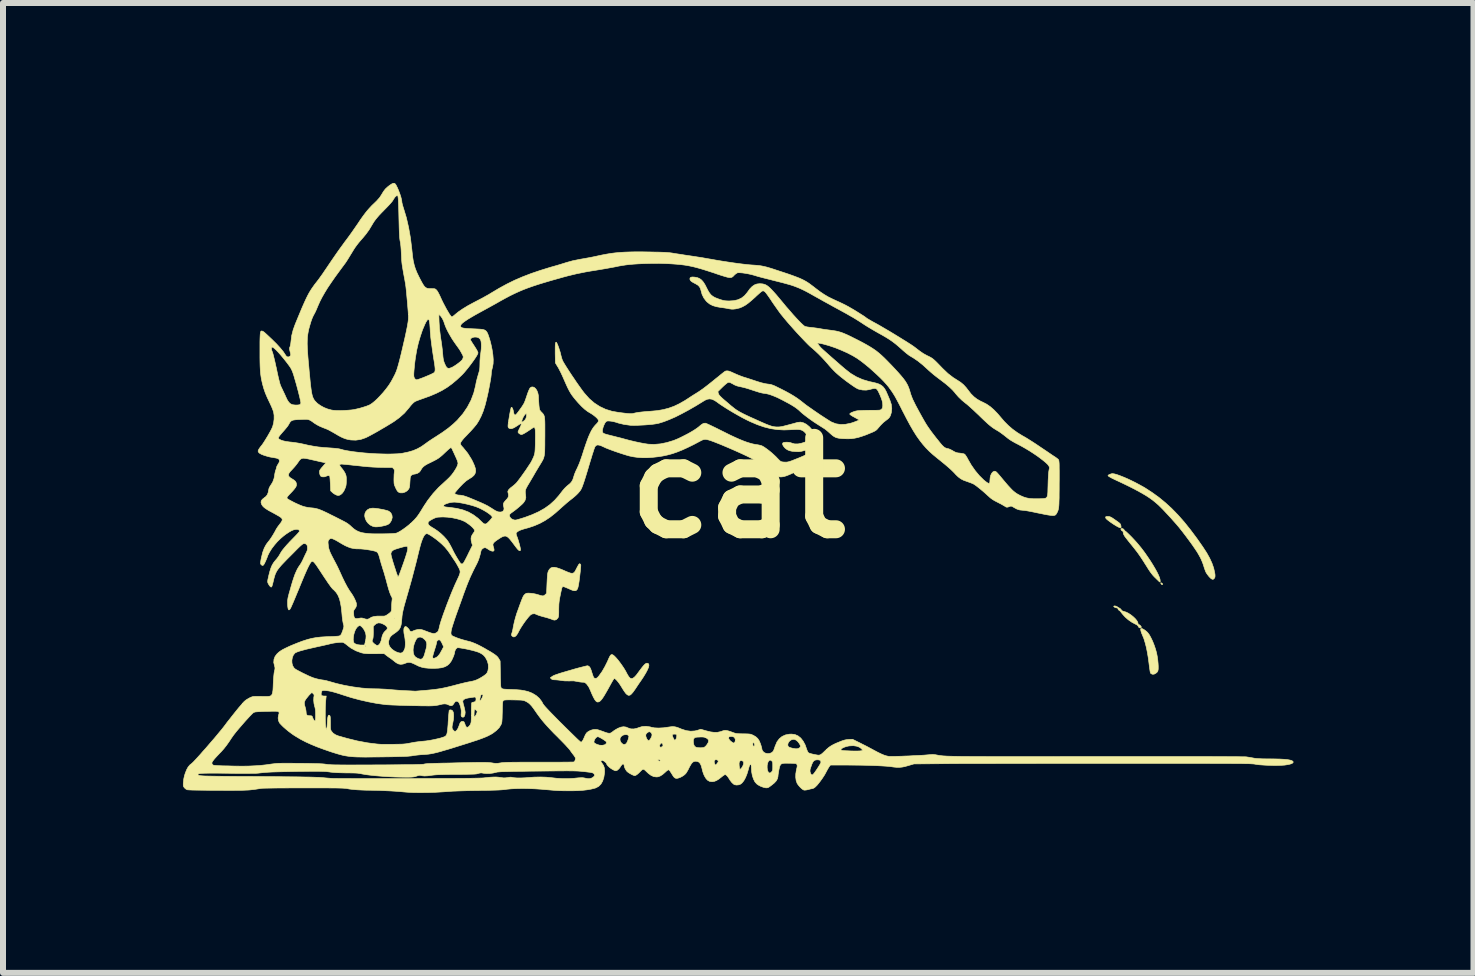
<source format=kicad_pcb>
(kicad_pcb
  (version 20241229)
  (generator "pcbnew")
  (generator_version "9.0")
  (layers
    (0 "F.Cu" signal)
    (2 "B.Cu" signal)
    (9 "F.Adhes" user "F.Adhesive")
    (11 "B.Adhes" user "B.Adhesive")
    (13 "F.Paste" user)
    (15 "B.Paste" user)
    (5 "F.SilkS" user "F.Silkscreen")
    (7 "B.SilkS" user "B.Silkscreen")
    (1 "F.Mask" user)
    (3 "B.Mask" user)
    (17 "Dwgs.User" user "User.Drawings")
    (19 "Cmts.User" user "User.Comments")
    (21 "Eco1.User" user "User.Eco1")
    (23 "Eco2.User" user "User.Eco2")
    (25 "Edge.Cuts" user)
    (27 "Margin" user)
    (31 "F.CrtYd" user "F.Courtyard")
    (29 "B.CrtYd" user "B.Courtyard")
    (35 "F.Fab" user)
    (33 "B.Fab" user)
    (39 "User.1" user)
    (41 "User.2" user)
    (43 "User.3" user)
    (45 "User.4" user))
  (footprint "cat"
    (layer "F.Cu")
    (at 9.252 5.083)
    (property "Reference" "cat" (at 0 0 0) (layer "F.SilkS") (effects (font (size 1.524 1.524) (thickness 0.3))))
    (attr through_hole)
    (fp_poly (pts (xy 7.063 1.587) (xy 7.069 1.591) (xy 7.079 1.602) (xy 7.075 1.611) (xy 7.067 1.614) (xy 7.056 1.603) (xy 7.053 1.6) (xy 7.046 1.585) (xy 7.049 1.58) (xy 7.063 1.587)) (stroke (width 0.01) (type solid)) (fill yes) (layer "F.SilkS"))
    (fp_poly (pts (xy 6.184 0.477) (xy 6.2 0.481) (xy 6.218 0.489) (xy 6.241 0.502) (xy 6.273 0.524) (xy 6.283 0.531) (xy 6.32 0.557) (xy 6.346 0.576) (xy 6.364 0.591) (xy 6.374 0.603) (xy 6.38 0.616) (xy 6.383 0.631) (xy 6.384 0.637) (xy 6.386 0.655) (xy 6.382 0.665) (xy 6.37 0.665) (xy 6.349 0.657) (xy 6.325 0.645) (xy 6.301 0.631) (xy 6.268 0.611) (xy 6.232 0.587) (xy 6.205 0.568) (xy 6.17 0.542) (xy 6.146 0.522) (xy 6.133 0.508) (xy 6.128 0.497) (xy 6.128 0.494) (xy 6.129 0.483) (xy 6.137 0.478) (xy 6.155 0.476) (xy 6.166 0.476) (xy 6.184 0.477)) (stroke (width 0.01) (type solid)) (fill yes) (layer "F.SilkS"))
    (fp_poly (pts (xy -6.047 0.34) (xy -6.006 0.345) (xy -5.961 0.353) (xy -5.916 0.361) (xy -5.875 0.371) (xy -5.842 0.38) (xy -5.82 0.389) (xy -5.818 0.39) (xy -5.787 0.417) (xy -5.769 0.452) (xy -5.764 0.491) (xy -5.773 0.532) (xy -5.789 0.563) (xy -5.805 0.585) (xy -5.822 0.601) (xy -5.843 0.613) (xy -5.872 0.623) (xy -5.913 0.633) (xy -5.921 0.635) (xy -5.974 0.645) (xy -6.016 0.649) (xy -6.051 0.649) (xy -6.081 0.642) (xy -6.091 0.639) (xy -6.133 0.618) (xy -6.168 0.587) (xy -6.196 0.55) (xy -6.214 0.509) (xy -6.223 0.468) (xy -6.219 0.428) (xy -6.205 0.396) (xy -6.177 0.365) (xy -6.142 0.346) (xy -6.098 0.338) (xy -6.08 0.338) (xy -6.047 0.34)) (stroke (width 0.01) (type solid)) (fill yes) (layer "F.SilkS"))
    (fp_poly (pts (xy 6.74 2.347) (xy 6.765 2.36) (xy 6.792 2.379) (xy 6.818 2.401) (xy 6.832 2.416) (xy 6.858 2.451) (xy 6.884 2.499) (xy 6.911 2.555) (xy 6.936 2.618) (xy 6.958 2.682) (xy 6.976 2.746) (xy 6.981 2.77) (xy 6.99 2.818) (xy 6.997 2.869) (xy 7.002 2.921) (xy 7.005 2.969) (xy 7.005 3.008) (xy 7.004 3.027) (xy 6.998 3.054) (xy 6.986 3.072) (xy 6.974 3.083) (xy 6.944 3.102) (xy 6.918 3.107) (xy 6.901 3.104) (xy 6.884 3.094) (xy 6.876 3.087) (xy 6.873 3.076) (xy 6.868 3.052) (xy 6.863 3.017) (xy 6.857 2.974) (xy 6.851 2.926) (xy 6.85 2.917) (xy 6.838 2.827) (xy 6.823 2.739) (xy 6.806 2.655) (xy 6.786 2.579) (xy 6.766 2.513) (xy 6.744 2.46) (xy 6.743 2.457) (xy 6.726 2.417) (xy 6.716 2.384) (xy 6.712 2.359) (xy 6.716 2.345) (xy 6.723 2.342) (xy 6.74 2.347)) (stroke (width 0.01) (type solid)) (fill yes) (layer "F.SilkS"))
    (fp_poly (pts (xy 6.304 1.972) (xy 6.32 1.98) (xy 6.325 1.984) (xy 6.342 1.996) (xy 6.355 2.002) (xy 6.369 2.01) (xy 6.384 2.026) (xy 6.386 2.029) (xy 6.404 2.049) (xy 6.431 2.059) (xy 6.432 2.059) (xy 6.468 2.07) (xy 6.507 2.089) (xy 6.547 2.115) (xy 6.585 2.145) (xy 6.619 2.177) (xy 6.646 2.209) (xy 6.663 2.238) (xy 6.668 2.259) (xy 6.672 2.274) (xy 6.679 2.278) (xy 6.695 2.284) (xy 6.711 2.299) (xy 6.722 2.315) (xy 6.723 2.322) (xy 6.716 2.331) (xy 6.703 2.334) (xy 6.685 2.329) (xy 6.674 2.312) (xy 6.673 2.311) (xy 6.664 2.295) (xy 6.645 2.281) (xy 6.617 2.267) (xy 6.563 2.238) (xy 6.507 2.199) (xy 6.455 2.154) (xy 6.422 2.118) (xy 6.402 2.094) (xy 6.386 2.074) (xy 6.377 2.061) (xy 6.376 2.06) (xy 6.364 2.049) (xy 6.352 2.041) (xy 6.338 2.028) (xy 6.334 2.016) (xy 6.33 2.004) (xy 6.314 2) (xy 6.312 2) (xy 6.292 1.996) (xy 6.274 1.987) (xy 6.263 1.977) (xy 6.263 1.974) (xy 6.269 1.968) (xy 6.285 1.968) (xy 6.304 1.972)) (stroke (width 0.01) (type solid)) (fill yes) (layer "F.SilkS"))
    (fp_poly (pts (xy 6.418 0.681) (xy 6.431 0.692) (xy 6.433 0.695) (xy 6.445 0.711) (xy 6.453 0.718) (xy 6.469 0.73) (xy 6.494 0.753) (xy 6.524 0.782) (xy 6.559 0.817) (xy 6.595 0.855) (xy 6.631 0.894) (xy 6.663 0.931) (xy 6.675 0.945) (xy 6.725 1.006) (xy 6.775 1.072) (xy 6.823 1.141) (xy 6.869 1.209) (xy 6.912 1.277) (xy 6.95 1.341) (xy 6.983 1.4) (xy 7.009 1.453) (xy 7.027 1.497) (xy 7.036 1.531) (xy 7.036 1.534) (xy 7.038 1.559) (xy 7.035 1.569) (xy 7.026 1.566) (xy 7.012 1.553) (xy 6.998 1.539) (xy 6.977 1.519) (xy 6.953 1.495) (xy 6.947 1.49) (xy 6.929 1.471) (xy 6.911 1.451) (xy 6.893 1.428) (xy 6.872 1.4) (xy 6.848 1.365) (xy 6.82 1.32) (xy 6.785 1.265) (xy 6.771 1.242) (xy 6.734 1.185) (xy 6.698 1.131) (xy 6.659 1.076) (xy 6.615 1.019) (xy 6.563 0.954) (xy 6.539 0.925) (xy 6.501 0.877) (xy 6.471 0.839) (xy 6.449 0.81) (xy 6.435 0.787) (xy 6.426 0.768) (xy 6.422 0.753) (xy 6.421 0.743) (xy 6.419 0.727) (xy 6.414 0.722) (xy 6.401 0.716) (xy 6.388 0.702) (xy 6.382 0.687) (xy 6.382 0.685) (xy 6.388 0.677) (xy 6.401 0.676) (xy 6.418 0.681)) (stroke (width 0.01) (type solid)) (fill yes) (layer "F.SilkS"))
    (fp_poly (pts (xy 6.272 -0.234) (xy 6.313 -0.223) (xy 6.364 -0.205) (xy 6.422 -0.182) (xy 6.486 -0.155) (xy 6.554 -0.123) (xy 6.623 -0.089) (xy 6.692 -0.052) (xy 6.759 -0.015) (xy 6.791 0.004) (xy 6.906 0.079) (xy 7.018 0.16) (xy 7.125 0.248) (xy 7.231 0.345) (xy 7.335 0.452) (xy 7.439 0.57) (xy 7.543 0.7) (xy 7.65 0.843) (xy 7.75 0.986) (xy 7.813 1.083) (xy 7.863 1.173) (xy 7.901 1.256) (xy 7.929 1.336) (xy 7.946 1.413) (xy 7.951 1.442) (xy 7.952 1.472) (xy 7.948 1.494) (xy 7.942 1.504) (xy 7.927 1.521) (xy 7.909 1.524) (xy 7.888 1.514) (xy 7.863 1.49) (xy 7.85 1.476) (xy 7.828 1.448) (xy 7.811 1.424) (xy 7.798 1.401) (xy 7.787 1.373) (xy 7.774 1.337) (xy 7.767 1.314) (xy 7.751 1.265) (xy 7.733 1.219) (xy 7.712 1.172) (xy 7.686 1.124) (xy 7.656 1.072) (xy 7.618 1.015) (xy 7.574 0.951) (xy 7.521 0.878) (xy 7.48 0.823) (xy 7.437 0.766) (xy 7.4 0.718) (xy 7.366 0.675) (xy 7.333 0.635) (xy 7.297 0.593) (xy 7.255 0.546) (xy 7.206 0.491) (xy 7.203 0.488) (xy 7.139 0.419) (xy 7.083 0.359) (xy 7.033 0.309) (xy 6.987 0.266) (xy 6.942 0.228) (xy 6.897 0.193) (xy 6.85 0.16) (xy 6.799 0.127) (xy 6.779 0.115) (xy 6.72 0.081) (xy 6.651 0.043) (xy 6.573 0.002) (xy 6.491 -0.039) (xy 6.408 -0.079) (xy 6.338 -0.112) (xy 6.276 -0.141) (xy 6.229 -0.164) (xy 6.195 -0.183) (xy 6.175 -0.196) (xy 6.168 -0.205) (xy 6.167 -0.206) (xy 6.174 -0.214) (xy 6.192 -0.224) (xy 6.214 -0.232) (xy 6.235 -0.238) (xy 6.243 -0.238) (xy 6.272 -0.234)) (stroke (width 0.01) (type solid)) (fill yes) (layer "F.SilkS"))
    (fp_poly (pts (xy -2.626 1.273) (xy -2.621 1.286) (xy -2.621 1.299) (xy -2.623 1.326) (xy -2.626 1.363) (xy -2.631 1.409) (xy -2.637 1.46) (xy -2.64 1.488) (xy -2.649 1.558) (xy -2.658 1.614) (xy -2.667 1.657) (xy -2.678 1.687) (xy -2.692 1.705) (xy -2.71 1.714) (xy -2.733 1.714) (xy -2.762 1.706) (xy -2.798 1.691) (xy -2.826 1.678) (xy -2.86 1.664) (xy -2.889 1.652) (xy -2.91 1.646) (xy -2.919 1.645) (xy -2.93 1.654) (xy -2.938 1.674) (xy -2.938 1.675) (xy -2.953 1.741) (xy -2.964 1.795) (xy -2.973 1.839) (xy -2.979 1.876) (xy -2.983 1.91) (xy -2.986 1.943) (xy -2.987 1.978) (xy -2.988 2.018) (xy -2.988 2.026) (xy -2.988 2.073) (xy -2.989 2.108) (xy -2.991 2.132) (xy -2.994 2.149) (xy -2.998 2.161) (xy -3.004 2.171) (xy -3.005 2.172) (xy -3.029 2.196) (xy -3.055 2.204) (xy -3.085 2.199) (xy -3.1 2.192) (xy -3.121 2.184) (xy -3.154 2.173) (xy -3.193 2.161) (xy -3.232 2.151) (xy -3.272 2.14) (xy -3.308 2.129) (xy -3.337 2.119) (xy -3.355 2.111) (xy -3.355 2.111) (xy -3.39 2.097) (xy -3.425 2.1) (xy -3.451 2.111) (xy -3.468 2.126) (xy -3.491 2.151) (xy -3.518 2.184) (xy -3.547 2.222) (xy -3.577 2.264) (xy -3.604 2.305) (xy -3.628 2.343) (xy -3.646 2.375) (xy -3.648 2.379) (xy -3.674 2.429) (xy -3.698 2.462) (xy -3.721 2.481) (xy -3.743 2.484) (xy -3.763 2.472) (xy -3.767 2.468) (xy -3.776 2.455) (xy -3.776 2.441) (xy -3.771 2.426) (xy -3.765 2.406) (xy -3.757 2.376) (xy -3.75 2.343) (xy -3.75 2.338) (xy -3.732 2.25) (xy -3.712 2.171) (xy -3.691 2.102) (xy -3.688 2.092) (xy -3.661 2.018) (xy -3.64 1.959) (xy -3.622 1.911) (xy -3.608 1.873) (xy -3.596 1.845) (xy -3.587 1.823) (xy -3.58 1.808) (xy -3.573 1.796) (xy -3.568 1.79) (xy -3.55 1.771) (xy -3.532 1.759) (xy -3.527 1.757) (xy -3.499 1.754) (xy -3.46 1.756) (xy -3.415 1.761) (xy -3.37 1.77) (xy -3.33 1.781) (xy -3.293 1.793) (xy -3.267 1.799) (xy -3.249 1.8) (xy -3.235 1.796) (xy -3.221 1.786) (xy -3.215 1.78) (xy -3.191 1.758) (xy -3.184 1.591) (xy -3.181 1.53) (xy -3.178 1.482) (xy -3.175 1.445) (xy -3.171 1.419) (xy -3.166 1.4) (xy -3.164 1.393) (xy -3.146 1.36) (xy -3.124 1.337) (xy -3.096 1.325) (xy -3.062 1.323) (xy -3.018 1.332) (xy -2.965 1.35) (xy -2.928 1.365) (xy -2.871 1.39) (xy -2.827 1.408) (xy -2.793 1.42) (xy -2.767 1.424) (xy -2.747 1.42) (xy -2.73 1.409) (xy -2.716 1.39) (xy -2.701 1.362) (xy -2.688 1.336) (xy -2.669 1.301) (xy -2.656 1.278) (xy -2.645 1.266) (xy -2.637 1.264) (xy -2.626 1.273)) (stroke (width 0.01) (type solid)) (fill yes) (layer "F.SilkS"))
    (fp_poly (pts (xy -2.083 2.785) (xy -2.06 2.803) (xy -2.032 2.832) (xy -2.001 2.868) (xy -1.968 2.911) (xy -1.935 2.957) (xy -1.902 3.006) (xy -1.872 3.056) (xy -1.847 3.104) (xy -1.846 3.105) (xy -1.823 3.144) (xy -1.801 3.169) (xy -1.778 3.179) (xy -1.754 3.174) (xy -1.727 3.155) (xy -1.695 3.121) (xy -1.675 3.094) (xy -1.636 3.041) (xy -1.605 3) (xy -1.58 2.969) (xy -1.56 2.947) (xy -1.544 2.933) (xy -1.531 2.925) (xy -1.519 2.922) (xy -1.507 2.924) (xy -1.504 2.924) (xy -1.489 2.935) (xy -1.485 2.957) (xy -1.491 2.989) (xy -1.509 3.032) (xy -1.537 3.085) (xy -1.575 3.148) (xy -1.606 3.195) (xy -1.636 3.238) (xy -1.668 3.285) (xy -1.699 3.332) (xy -1.72 3.363) (xy -1.751 3.406) (xy -1.777 3.436) (xy -1.8 3.454) (xy -1.823 3.458) (xy -1.845 3.449) (xy -1.87 3.426) (xy -1.897 3.389) (xy -1.93 3.338) (xy -1.937 3.325) (xy -1.964 3.282) (xy -1.991 3.244) (xy -2.017 3.212) (xy -2.04 3.189) (xy -2.057 3.176) (xy -2.063 3.175) (xy -2.069 3.182) (xy -2.081 3.2) (xy -2.097 3.227) (xy -2.117 3.262) (xy -2.129 3.284) (xy -2.169 3.357) (xy -2.203 3.416) (xy -2.231 3.464) (xy -2.255 3.501) (xy -2.275 3.528) (xy -2.293 3.548) (xy -2.309 3.561) (xy -2.324 3.567) (xy -2.327 3.568) (xy -2.347 3.569) (xy -2.365 3.557) (xy -2.368 3.554) (xy -2.388 3.529) (xy -2.41 3.489) (xy -2.435 3.436) (xy -2.461 3.374) (xy -2.487 3.319) (xy -2.516 3.278) (xy -2.52 3.273) (xy -2.541 3.253) (xy -2.557 3.243) (xy -2.575 3.239) (xy -2.591 3.239) (xy -2.618 3.237) (xy -2.653 3.232) (xy -2.685 3.226) (xy -2.736 3.217) (xy -2.789 3.217) (xy -2.805 3.218) (xy -2.889 3.217) (xy -2.941 3.211) (xy -2.979 3.205) (xy -3.017 3.201) (xy -3.047 3.199) (xy -3.054 3.199) (xy -3.084 3.197) (xy -3.103 3.19) (xy -3.112 3.182) (xy -3.129 3.166) (xy -3.095 3.141) (xy -3.083 3.134) (xy -3.066 3.125) (xy -3.042 3.116) (xy -3.01 3.105) (xy -2.969 3.091) (xy -2.916 3.075) (xy -2.851 3.056) (xy -2.792 3.039) (xy -2.717 3.017) (xy -2.651 2.999) (xy -2.596 2.985) (xy -2.553 2.974) (xy -2.523 2.967) (xy -2.506 2.965) (xy -2.504 2.965) (xy -2.487 2.973) (xy -2.472 2.987) (xy -2.459 3.01) (xy -2.446 3.044) (xy -2.436 3.077) (xy -2.423 3.117) (xy -2.413 3.145) (xy -2.404 3.162) (xy -2.394 3.171) (xy -2.381 3.175) (xy -2.373 3.175) (xy -2.358 3.172) (xy -2.343 3.162) (xy -2.324 3.141) (xy -2.316 3.131) (xy -2.265 3.06) (xy -2.218 2.978) (xy -2.174 2.89) (xy -2.171 2.882) (xy -2.153 2.841) (xy -2.139 2.812) (xy -2.128 2.794) (xy -2.119 2.784) (xy -2.11 2.779) (xy -2.099 2.778) (xy -2.083 2.785)) (stroke (width 0.01) (type solid)) (fill yes) (layer "F.SilkS"))
    (fp_poly (pts (xy -5.728 -5.078) (xy -5.712 -5.066) (xy -5.701 -5.05) (xy -5.679 -5.007) (xy -5.658 -4.958) (xy -5.639 -4.908) (xy -5.622 -4.858) (xy -5.611 -4.815) (xy -5.604 -4.78) (xy -5.604 -4.77) (xy -5.601 -4.751) (xy -5.594 -4.722) (xy -5.584 -4.687) (xy -5.575 -4.659) (xy -5.529 -4.507) (xy -5.491 -4.342) (xy -5.46 -4.166) (xy -5.437 -3.976) (xy -5.433 -3.938) (xy -5.424 -3.855) (xy -5.413 -3.783) (xy -5.398 -3.718) (xy -5.379 -3.656) (xy -5.354 -3.593) (xy -5.321 -3.524) (xy -5.293 -3.469) (xy -5.266 -3.419) (xy -5.244 -3.382) (xy -5.225 -3.356) (xy -5.205 -3.339) (xy -5.184 -3.328) (xy -5.158 -3.323) (xy -5.126 -3.322) (xy -5.114 -3.322) (xy -5.081 -3.321) (xy -5.06 -3.32) (xy -5.045 -3.315) (xy -5.034 -3.306) (xy -5.025 -3.298) (xy -5.012 -3.281) (xy -4.996 -3.254) (xy -4.978 -3.219) (xy -4.962 -3.185) (xy -4.939 -3.134) (xy -4.913 -3.081) (xy -4.886 -3.03) (xy -4.86 -2.981) (xy -4.834 -2.937) (xy -4.812 -2.9) (xy -4.792 -2.872) (xy -4.777 -2.854) (xy -4.769 -2.85) (xy -4.76 -2.855) (xy -4.742 -2.868) (xy -4.72 -2.886) (xy -4.716 -2.89) (xy -4.659 -2.936) (xy -4.589 -2.984) (xy -4.504 -3.036) (xy -4.404 -3.09) (xy -4.36 -3.113) (xy -4.306 -3.141) (xy -4.251 -3.17) (xy -4.198 -3.2) (xy -4.151 -3.226) (xy -4.114 -3.249) (xy -4.112 -3.25) (xy -3.983 -3.327) (xy -3.855 -3.397) (xy -3.725 -3.461) (xy -3.59 -3.519) (xy -3.447 -3.574) (xy -3.294 -3.626) (xy -3.129 -3.677) (xy -3.076 -3.692) (xy -3.023 -3.707) (xy -2.963 -3.725) (xy -2.905 -3.743) (xy -2.857 -3.758) (xy -2.756 -3.786) (xy -2.643 -3.809) (xy -2.615 -3.814) (xy -2.557 -3.824) (xy -2.491 -3.836) (xy -2.423 -3.849) (xy -2.361 -3.862) (xy -2.344 -3.866) (xy -2.264 -3.883) (xy -2.19 -3.897) (xy -2.117 -3.909) (xy -2.045 -3.918) (xy -1.97 -3.925) (xy -1.891 -3.93) (xy -1.805 -3.933) (xy -1.711 -3.935) (xy -1.605 -3.935) (xy -1.485 -3.933) (xy -1.472 -3.933) (xy -1.388 -3.931) (xy -1.318 -3.93) (xy -1.26 -3.928) (xy -1.211 -3.926) (xy -1.171 -3.923) (xy -1.136 -3.92) (xy -1.106 -3.916) (xy -1.087 -3.913) (xy -1.053 -3.907) (xy -1.006 -3.9) (xy -0.951 -3.892) (xy -0.891 -3.882) (xy -0.83 -3.873) (xy -0.802 -3.869) (xy -0.736 -3.859) (xy -0.665 -3.848) (xy -0.594 -3.837) (xy -0.527 -3.825) (xy -0.469 -3.815) (xy -0.456 -3.813) (xy -0.361 -3.796) (xy -0.264 -3.78) (xy -0.167 -3.765) (xy -0.073 -3.751) (xy 0.015 -3.739) (xy 0.097 -3.729) (xy 0.168 -3.721) (xy 0.227 -3.716) (xy 0.246 -3.715) (xy 0.288 -3.712) (xy 0.326 -3.709) (xy 0.362 -3.705) (xy 0.398 -3.699) (xy 0.436 -3.691) (xy 0.478 -3.681) (xy 0.526 -3.667) (xy 0.581 -3.65) (xy 0.647 -3.628) (xy 0.726 -3.602) (xy 0.76 -3.591) (xy 0.844 -3.563) (xy 0.914 -3.538) (xy 0.973 -3.516) (xy 1.024 -3.496) (xy 1.068 -3.476) (xy 1.108 -3.456) (xy 1.146 -3.434) (xy 1.183 -3.41) (xy 1.222 -3.381) (xy 1.266 -3.348) (xy 1.295 -3.325) (xy 1.368 -3.27) (xy 1.435 -3.225) (xy 1.502 -3.185) (xy 1.575 -3.149) (xy 1.633 -3.122) (xy 1.682 -3.1) (xy 1.735 -3.075) (xy 1.786 -3.05) (xy 1.829 -3.027) (xy 1.837 -3.023) (xy 1.876 -3) (xy 1.92 -2.975) (xy 1.966 -2.947) (xy 2.011 -2.919) (xy 2.053 -2.892) (xy 2.09 -2.869) (xy 2.119 -2.849) (xy 2.137 -2.836) (xy 2.139 -2.833) (xy 2.151 -2.825) (xy 2.174 -2.811) (xy 2.207 -2.792) (xy 2.245 -2.77) (xy 2.286 -2.748) (xy 2.326 -2.726) (xy 2.375 -2.698) (xy 2.431 -2.665) (xy 2.491 -2.63) (xy 2.555 -2.592) (xy 2.619 -2.553) (xy 2.683 -2.514) (xy 2.744 -2.476) (xy 2.801 -2.441) (xy 2.851 -2.409) (xy 2.893 -2.382) (xy 2.925 -2.36) (xy 2.943 -2.347) (xy 2.991 -2.31) (xy 3.029 -2.281) (xy 3.062 -2.258) (xy 3.09 -2.239) (xy 3.119 -2.223) (xy 3.15 -2.206) (xy 3.165 -2.199) (xy 3.19 -2.187) (xy 3.212 -2.175) (xy 3.232 -2.163) (xy 3.251 -2.149) (xy 3.271 -2.132) (xy 3.295 -2.11) (xy 3.324 -2.081) (xy 3.359 -2.045) (xy 3.403 -1.999) (xy 3.416 -1.986) (xy 3.5 -1.906) (xy 3.587 -1.839) (xy 3.655 -1.796) (xy 3.711 -1.76) (xy 3.759 -1.72) (xy 3.803 -1.672) (xy 3.833 -1.633) (xy 3.882 -1.57) (xy 3.932 -1.52) (xy 3.985 -1.479) (xy 4.047 -1.444) (xy 4.08 -1.429) (xy 4.144 -1.396) (xy 4.205 -1.354) (xy 4.265 -1.302) (xy 4.327 -1.238) (xy 4.374 -1.183) (xy 4.44 -1.106) (xy 4.507 -1.039) (xy 4.578 -0.978) (xy 4.657 -0.921) (xy 4.748 -0.865) (xy 4.781 -0.847) (xy 4.813 -0.828) (xy 4.856 -0.801) (xy 4.905 -0.77) (xy 4.959 -0.735) (xy 5.014 -0.698) (xy 5.058 -0.668) (xy 5.109 -0.634) (xy 5.158 -0.601) (xy 5.202 -0.571) (xy 5.24 -0.545) (xy 5.269 -0.526) (xy 5.288 -0.514) (xy 5.313 -0.496) (xy 5.334 -0.479) (xy 5.345 -0.467) (xy 5.347 -0.46) (xy 5.349 -0.45) (xy 5.351 -0.433) (xy 5.353 -0.41) (xy 5.354 -0.378) (xy 5.354 -0.337) (xy 5.355 -0.285) (xy 5.355 -0.221) (xy 5.355 -0.143) (xy 5.354 -0.067) (xy 5.354 0.024) (xy 5.353 0.102) (xy 5.353 0.167) (xy 5.351 0.22) (xy 5.35 0.263) (xy 5.348 0.298) (xy 5.345 0.326) (xy 5.341 0.349) (xy 5.337 0.368) (xy 5.331 0.384) (xy 5.325 0.4) (xy 5.317 0.414) (xy 5.309 0.429) (xy 5.301 0.441) (xy 5.291 0.451) (xy 5.278 0.457) (xy 5.261 0.46) (xy 5.237 0.46) (xy 5.206 0.457) (xy 5.166 0.451) (xy 5.115 0.442) (xy 5.053 0.429) (xy 4.977 0.414) (xy 4.937 0.405) (xy 4.887 0.395) (xy 4.84 0.386) (xy 4.799 0.379) (xy 4.767 0.375) (xy 4.747 0.373) (xy 4.747 0.373) (xy 4.697 0.368) (xy 4.649 0.353) (xy 4.601 0.327) (xy 4.576 0.312) (xy 4.559 0.305) (xy 4.546 0.304) (xy 4.532 0.308) (xy 4.53 0.309) (xy 4.502 0.319) (xy 4.483 0.322) (xy 4.467 0.318) (xy 4.447 0.305) (xy 4.443 0.303) (xy 4.421 0.29) (xy 4.39 0.272) (xy 4.353 0.253) (xy 4.322 0.237) (xy 4.276 0.213) (xy 4.24 0.191) (xy 4.206 0.166) (xy 4.17 0.133) (xy 4.167 0.131) (xy 4.129 0.096) (xy 4.087 0.059) (xy 4.044 0.023) (xy 4.004 -0.009) (xy 3.968 -0.037) (xy 3.939 -0.057) (xy 3.922 -0.067) (xy 3.903 -0.075) (xy 3.874 -0.087) (xy 3.839 -0.099) (xy 3.817 -0.107) (xy 3.759 -0.128) (xy 3.713 -0.152) (xy 3.672 -0.183) (xy 3.631 -0.222) (xy 3.616 -0.239) (xy 3.586 -0.27) (xy 3.55 -0.305) (xy 3.505 -0.345) (xy 3.451 -0.391) (xy 3.385 -0.445) (xy 3.318 -0.499) (xy 3.251 -0.554) (xy 3.19 -0.609) (xy 3.133 -0.667) (xy 3.079 -0.729) (xy 3.027 -0.796) (xy 2.975 -0.869) (xy 2.923 -0.952) (xy 2.869 -1.045) (xy 2.813 -1.149) (xy 2.752 -1.267) (xy 2.749 -1.272) (xy 2.71 -1.35) (xy 2.676 -1.416) (xy 2.646 -1.472) (xy 2.62 -1.52) (xy 2.595 -1.561) (xy 2.571 -1.599) (xy 2.546 -1.634) (xy 2.52 -1.67) (xy 2.511 -1.683) (xy 2.474 -1.727) (xy 2.428 -1.778) (xy 2.373 -1.834) (xy 2.312 -1.892) (xy 2.247 -1.951) (xy 2.182 -2.009) (xy 2.117 -2.062) (xy 2.056 -2.11) (xy 2.001 -2.149) (xy 1.997 -2.153) (xy 1.916 -2.202) (xy 1.824 -2.25) (xy 1.723 -2.295) (xy 1.619 -2.337) (xy 1.515 -2.372) (xy 1.414 -2.4) (xy 1.391 -2.405) (xy 1.361 -2.411) (xy 1.339 -2.414) (xy 1.327 -2.415) (xy 1.326 -2.414) (xy 1.331 -2.401) (xy 1.345 -2.381) (xy 1.365 -2.356) (xy 1.38 -2.339) (xy 1.395 -2.324) (xy 1.42 -2.301) (xy 1.457 -2.268) (xy 1.504 -2.226) (xy 1.563 -2.174) (xy 1.633 -2.113) (xy 1.715 -2.041) (xy 1.784 -1.982) (xy 1.877 -1.909) (xy 1.974 -1.851) (xy 2.076 -1.806) (xy 2.187 -1.773) (xy 2.234 -1.763) (xy 2.298 -1.748) (xy 2.348 -1.732) (xy 2.388 -1.711) (xy 2.42 -1.684) (xy 2.447 -1.649) (xy 2.471 -1.605) (xy 2.48 -1.584) (xy 2.497 -1.545) (xy 2.515 -1.502) (xy 2.531 -1.464) (xy 2.532 -1.462) (xy 2.555 -1.393) (xy 2.563 -1.325) (xy 2.557 -1.261) (xy 2.552 -1.243) (xy 2.54 -1.204) (xy 2.525 -1.177) (xy 2.504 -1.154) (xy 2.473 -1.13) (xy 2.469 -1.127) (xy 2.424 -1.092) (xy 2.378 -1.046) (xy 2.331 -0.991) (xy 2.316 -0.974) (xy 2.3 -0.96) (xy 2.279 -0.947) (xy 2.251 -0.933) (xy 2.213 -0.917) (xy 2.133 -0.884) (xy 2.064 -0.86) (xy 2.003 -0.841) (xy 1.947 -0.829) (xy 1.892 -0.821) (xy 1.837 -0.819) (xy 1.783 -0.82) (xy 1.724 -0.823) (xy 1.676 -0.829) (xy 1.638 -0.838) (xy 1.606 -0.853) (xy 1.576 -0.873) (xy 1.545 -0.9) (xy 1.536 -0.908) (xy 1.505 -0.936) (xy 1.472 -0.964) (xy 1.443 -0.986) (xy 1.433 -0.992) (xy 1.346 -1.047) (xy 1.264 -1.1) (xy 1.19 -1.152) (xy 1.126 -1.2) (xy 1.073 -1.242) (xy 1.046 -1.266) (xy 1.015 -1.295) (xy 0.987 -1.318) (xy 0.959 -1.339) (xy 0.927 -1.36) (xy 0.888 -1.384) (xy 0.839 -1.412) (xy 0.831 -1.416) (xy 0.737 -1.466) (xy 0.655 -1.507) (xy 0.583 -1.537) (xy 0.522 -1.559) (xy 0.471 -1.571) (xy 0.462 -1.572) (xy 0.435 -1.576) (xy 0.41 -1.58) (xy 0.386 -1.585) (xy 0.359 -1.592) (xy 0.327 -1.602) (xy 0.286 -1.615) (xy 0.234 -1.632) (xy 0.21 -1.64) (xy 0.164 -1.655) (xy 0.119 -1.668) (xy 0.079 -1.678) (xy 0.048 -1.685) (xy 0.036 -1.687) (xy -0.017 -1.7) (xy -0.056 -1.716) (xy -0.092 -1.736) (xy -0.117 -1.749) (xy -0.134 -1.757) (xy -0.146 -1.76) (xy -0.156 -1.76) (xy -0.165 -1.758) (xy -0.178 -1.751) (xy -0.2 -1.734) (xy -0.227 -1.711) (xy -0.257 -1.683) (xy -0.261 -1.679) (xy -0.336 -1.605) (xy -0.327 -1.574) (xy -0.323 -1.563) (xy -0.316 -1.551) (xy -0.306 -1.538) (xy -0.29 -1.521) (xy -0.269 -1.501) (xy -0.239 -1.474) (xy -0.201 -1.442) (xy -0.153 -1.401) (xy -0.116 -1.369) (xy -0.087 -1.346) (xy -0.06 -1.324) (xy -0.034 -1.305) (xy -0.006 -1.287) (xy 0.024 -1.269) (xy 0.059 -1.25) (xy 0.1 -1.229) (xy 0.15 -1.205) (xy 0.208 -1.178) (xy 0.278 -1.147) (xy 0.361 -1.109) (xy 0.361 -1.109) (xy 0.425 -1.081) (xy 0.476 -1.059) (xy 0.518 -1.043) (xy 0.553 -1.031) (xy 0.582 -1.023) (xy 0.609 -1.019) (xy 0.636 -1.016) (xy 0.658 -1.016) (xy 0.675 -1.016) (xy 0.691 -1.017) (xy 0.708 -1.019) (xy 0.727 -1.022) (xy 0.751 -1.027) (xy 0.782 -1.035) (xy 0.821 -1.045) (xy 0.87 -1.058) (xy 0.93 -1.074) (xy 0.993 -1.092) (xy 1.041 -1.097) (xy 1.089 -1.086) (xy 1.139 -1.061) (xy 1.189 -1.02) (xy 1.227 -0.978) (xy 1.278 -0.91) (xy 1.316 -0.842) (xy 1.342 -0.773) (xy 1.357 -0.698) (xy 1.363 -0.635) (xy 1.365 -0.594) (xy 1.365 -0.565) (xy 1.363 -0.544) (xy 1.359 -0.528) (xy 1.352 -0.513) (xy 1.351 -0.512) (xy 1.342 -0.495) (xy 1.332 -0.481) (xy 1.318 -0.467) (xy 1.3 -0.453) (xy 1.274 -0.437) (xy 1.239 -0.417) (xy 1.193 -0.391) (xy 1.163 -0.375) (xy 1.077 -0.33) (xy 1.004 -0.292) (xy 0.942 -0.261) (xy 0.889 -0.236) (xy 0.845 -0.217) (xy 0.807 -0.202) (xy 0.775 -0.192) (xy 0.747 -0.186) (xy 0.721 -0.183) (xy 0.706 -0.183) (xy 0.672 -0.185) (xy 0.641 -0.193) (xy 0.609 -0.209) (xy 0.573 -0.234) (xy 0.532 -0.268) (xy 0.5 -0.297) (xy 0.431 -0.359) (xy 0.362 -0.412) (xy 0.287 -0.459) (xy 0.238 -0.486) (xy 0.197 -0.507) (xy 0.144 -0.533) (xy 0.082 -0.562) (xy 0.012 -0.594) (xy -0.062 -0.627) (xy -0.138 -0.66) (xy -0.213 -0.692) (xy -0.284 -0.722) (xy -0.342 -0.745) (xy -0.403 -0.769) (xy -0.452 -0.787) (xy -0.49 -0.799) (xy -0.521 -0.806) (xy -0.546 -0.809) (xy -0.569 -0.806) (xy -0.59 -0.8) (xy -0.614 -0.789) (xy -0.627 -0.782) (xy -0.738 -0.723) (xy -0.838 -0.674) (xy -0.93 -0.632) (xy -1.015 -0.598) (xy -1.096 -0.57) (xy -1.174 -0.549) (xy -1.252 -0.532) (xy -1.328 -0.52) (xy -1.427 -0.509) (xy -1.514 -0.503) (xy -1.593 -0.503) (xy -1.667 -0.508) (xy -1.741 -0.518) (xy -1.81 -0.532) (xy -1.846 -0.542) (xy -1.892 -0.556) (xy -1.945 -0.573) (xy -2.002 -0.592) (xy -2.06 -0.612) (xy -2.115 -0.632) (xy -2.165 -0.651) (xy -2.205 -0.667) (xy -2.23 -0.679) (xy -2.278 -0.701) (xy -2.314 -0.713) (xy -2.342 -0.716) (xy -2.363 -0.709) (xy -2.379 -0.693) (xy -2.386 -0.682) (xy -2.392 -0.667) (xy -2.402 -0.639) (xy -2.414 -0.601) (xy -2.429 -0.556) (xy -2.444 -0.505) (xy -2.453 -0.477) (xy -2.483 -0.378) (xy -2.508 -0.293) (xy -2.53 -0.221) (xy -2.549 -0.16) (xy -2.565 -0.11) (xy -2.579 -0.069) (xy -2.591 -0.035) (xy -2.602 -0.007) (xy -2.612 0.015) (xy -2.622 0.033) (xy -2.632 0.048) (xy -2.643 0.062) (xy -2.655 0.076) (xy -2.668 0.091) (xy -2.67 0.093) (xy -2.693 0.116) (xy -2.724 0.144) (xy -2.759 0.173) (xy -2.781 0.19) (xy -2.814 0.216) (xy -2.854 0.249) (xy -2.896 0.286) (xy -2.937 0.322) (xy -2.949 0.333) (xy -3.042 0.416) (xy -3.13 0.486) (xy -3.217 0.544) (xy -3.305 0.592) (xy -3.396 0.631) (xy -3.494 0.664) (xy -3.551 0.679) (xy -3.604 0.695) (xy -3.647 0.712) (xy -3.678 0.731) (xy -3.695 0.749) (xy -3.699 0.761) (xy -3.696 0.778) (xy -3.689 0.801) (xy -3.687 0.805) (xy -3.677 0.831) (xy -3.666 0.864) (xy -3.655 0.902) (xy -3.644 0.94) (xy -3.635 0.976) (xy -3.628 1.007) (xy -3.625 1.028) (xy -3.625 1.036) (xy -3.632 1.046) (xy -3.642 1.047) (xy -3.657 1.038) (xy -3.677 1.018) (xy -3.703 0.985) (xy -3.73 0.949) (xy -3.769 0.897) (xy -3.802 0.856) (xy -3.829 0.827) (xy -3.854 0.81) (xy -3.878 0.802) (xy -3.903 0.805) (xy -3.932 0.816) (xy -3.965 0.835) (xy -3.994 0.854) (xy -4.034 0.881) (xy -4.061 0.903) (xy -4.077 0.921) (xy -4.085 0.939) (xy -4.084 0.959) (xy -4.078 0.984) (xy -4.076 0.988) (xy -4.069 1.014) (xy -4.066 1.035) (xy -4.067 1.043) (xy -4.078 1.054) (xy -4.099 1.054) (xy -4.127 1.045) (xy -4.155 1.029) (xy -4.179 1.013) (xy -4.2 1.001) (xy -4.211 0.997) (xy -4.232 0.998) (xy -4.254 1.009) (xy -4.273 1.027) (xy -4.283 1.046) (xy -4.297 1.107) (xy -4.311 1.157) (xy -4.326 1.201) (xy -4.343 1.241) (xy -4.359 1.274) (xy -4.39 1.334) (xy -4.416 1.386) (xy -4.439 1.435) (xy -4.461 1.481) (xy -4.481 1.529) (xy -4.502 1.579) (xy -4.524 1.635) (xy -4.548 1.699) (xy -4.576 1.774) (xy -4.598 1.838) (xy -4.637 1.946) (xy -4.671 2.04) (xy -4.7 2.121) (xy -4.724 2.19) (xy -4.743 2.249) (xy -4.759 2.298) (xy -4.771 2.338) (xy -4.779 2.371) (xy -4.783 2.396) (xy -4.785 2.417) (xy -4.784 2.432) (xy -4.781 2.444) (xy -4.776 2.453) (xy -4.77 2.46) (xy -4.753 2.471) (xy -4.723 2.484) (xy -4.684 2.5) (xy -4.638 2.516) (xy -4.589 2.531) (xy -4.539 2.545) (xy -4.511 2.552) (xy -4.467 2.563) (xy -4.426 2.577) (xy -4.383 2.594) (xy -4.337 2.615) (xy -4.284 2.642) (xy -4.222 2.676) (xy -4.187 2.697) (xy -4.132 2.728) (xy -4.09 2.754) (xy -4.057 2.776) (xy -4.033 2.794) (xy -4.014 2.811) (xy -4 2.828) (xy -3.988 2.846) (xy -3.987 2.848) (xy -3.965 2.885) (xy -3.961 3.106) (xy -3.96 3.171) (xy -3.958 3.222) (xy -3.957 3.261) (xy -3.956 3.289) (xy -3.954 3.309) (xy -3.952 3.323) (xy -3.948 3.331) (xy -3.944 3.337) (xy -3.939 3.341) (xy -3.931 3.347) (xy -3.919 3.351) (xy -3.9 3.354) (xy -3.873 3.356) (xy -3.835 3.358) (xy -3.784 3.36) (xy -3.777 3.36) (xy -3.691 3.364) (xy -3.619 3.37) (xy -3.557 3.381) (xy -3.502 3.394) (xy -3.452 3.413) (xy -3.425 3.425) (xy -3.364 3.462) (xy -3.312 3.508) (xy -3.271 3.562) (xy -3.259 3.585) (xy -3.253 3.597) (xy -3.244 3.61) (xy -3.231 3.627) (xy -3.214 3.647) (xy -3.191 3.672) (xy -3.162 3.703) (xy -3.126 3.741) (xy -3.082 3.786) (xy -3.028 3.841) (xy -2.965 3.905) (xy -2.934 3.935) (xy -2.877 3.992) (xy -2.822 4.046) (xy -2.772 4.095) (xy -2.727 4.139) (xy -2.689 4.176) (xy -2.657 4.206) (xy -2.634 4.226) (xy -2.621 4.237) (xy -2.618 4.239) (xy -2.606 4.234) (xy -2.605 4.232) (xy -2.402 4.232) (xy -2.4 4.245) (xy -2.388 4.255) (xy -2.367 4.268) (xy -2.349 4.276) (xy -2.306 4.289) (xy -2.263 4.291) (xy -2.225 4.283) (xy -2.21 4.274) (xy -2.194 4.257) (xy -2.193 4.238) (xy -2.205 4.221) (xy -2.218 4.212) (xy -2.227 4.206) (xy -1.967 4.206) (xy -1.953 4.238) (xy -1.944 4.25) (xy -1.919 4.272) (xy -1.895 4.278) (xy -1.871 4.268) (xy -1.862 4.26) (xy -1.851 4.243) (xy -1.839 4.216) (xy -1.829 4.188) (xy -1.822 4.159) (xy -1.819 4.142) (xy -1.82 4.132) (xy -1.825 4.126) (xy -1.83 4.123) (xy -1.83 4.123) (xy -1.538 4.123) (xy -1.537 4.137) (xy -1.529 4.163) (xy -1.517 4.188) (xy -1.503 4.206) (xy -1.49 4.215) (xy -1.489 4.215) (xy -1.479 4.208) (xy -1.477 4.207) (xy -0.745 4.207) (xy -0.744 4.232) (xy -0.744 4.241) (xy -0.737 4.279) (xy -0.724 4.306) (xy -0.702 4.322) (xy -0.67 4.33) (xy -0.625 4.332) (xy -0.621 4.332) (xy -0.59 4.33) (xy -0.57 4.327) (xy -0.556 4.319) (xy -0.541 4.307) (xy -0.536 4.302) (xy -0.511 4.271) (xy -0.51 4.269) (xy 0.246 4.269) (xy 0.248 4.287) (xy 0.252 4.301) (xy 0.256 4.304) (xy 0.271 4.305) (xy 0.277 4.292) (xy 0.278 4.283) (xy 0.273 4.264) (xy 0.262 4.25) (xy 0.252 4.247) (xy 0.247 4.253) (xy 0.246 4.269) (xy -0.51 4.269) (xy -0.495 4.241) (xy -0.49 4.213) (xy -0.493 4.201) (xy -0.504 4.187) (xy -0.523 4.172) (xy -0.533 4.167) (xy -0.551 4.159) (xy -0.157 4.159) (xy -0.156 4.176) (xy -0.145 4.197) (xy -0.124 4.22) (xy -0.104 4.235) (xy -0.083 4.249) (xy -0.07 4.253) (xy -0.061 4.248) (xy -0.052 4.236) (xy -0.044 4.211) (xy -0.044 4.211) (xy 0.222 4.211) (xy 0.226 4.215) (xy 0.23 4.211) (xy 0.226 4.207) (xy 0.222 4.211) (xy -0.044 4.211) (xy -0.047 4.184) (xy -0.06 4.161) (xy -0.066 4.155) (xy -0.089 4.146) (xy -0.118 4.143) (xy -0.145 4.148) (xy -0.146 4.148) (xy -0.157 4.159) (xy -0.551 4.159) (xy -0.551 4.159) (xy -0.57 4.154) (xy -0.594 4.152) (xy -0.628 4.152) (xy -0.641 4.153) (xy -0.676 4.154) (xy -0.7 4.157) (xy -0.715 4.161) (xy -0.725 4.167) (xy -0.732 4.175) (xy -0.741 4.19) (xy -0.745 4.207) (xy -1.477 4.207) (xy -1.465 4.192) (xy -1.453 4.173) (xy -1.437 4.139) (xy -1.435 4.128) (xy -1.095 4.128) (xy -1.086 4.154) (xy -1.078 4.171) (xy -1.066 4.194) (xy -1.058 4.204) (xy -1.051 4.205) (xy -1.044 4.201) (xy -1.034 4.187) (xy -1.025 4.164) (xy -1.021 4.139) (xy -1.021 4.122) (xy -1.027 4.11) (xy -1.038 4.105) (xy -1.061 4.104) (xy -1.083 4.106) (xy -1.094 4.113) (xy -1.095 4.128) (xy -1.435 4.128) (xy -1.433 4.112) (xy -1.442 4.089) (xy -1.45 4.078) (xy -1.47 4.065) (xy -1.493 4.068) (xy -1.518 4.086) (xy -1.52 4.087) (xy -1.534 4.106) (xy -1.538 4.123) (xy -1.83 4.123) (xy -1.853 4.113) (xy -1.884 4.113) (xy -1.914 4.121) (xy -1.921 4.123) (xy -1.95 4.146) (xy -1.966 4.174) (xy -1.967 4.206) (xy -2.227 4.206) (xy -2.241 4.197) (xy -2.268 4.18) (xy -2.275 4.176) (xy -2.304 4.16) (xy -2.323 4.151) (xy -2.336 4.148) (xy -2.348 4.15) (xy -2.352 4.152) (xy -2.369 4.165) (xy -2.385 4.186) (xy -2.396 4.21) (xy -2.402 4.232) (xy -2.605 4.232) (xy -2.594 4.22) (xy -2.579 4.194) (xy -2.561 4.154) (xy -2.56 4.151) (xy -2.547 4.122) (xy -2.534 4.099) (xy -2.525 4.085) (xy -2.495 4.06) (xy -2.454 4.04) (xy -2.411 4.028) (xy -2.399 4.027) (xy -2.378 4.026) (xy -2.359 4.027) (xy -2.337 4.031) (xy -2.309 4.04) (xy -2.271 4.053) (xy -2.254 4.059) (xy -2.209 4.076) (xy -2.176 4.086) (xy -2.15 4.09) (xy -2.131 4.089) (xy -2.113 4.081) (xy -2.095 4.068) (xy -2.087 4.062) (xy -2.065 4.045) (xy -2.034 4.026) (xy -2.003 4.008) (xy -1.953 3.988) (xy -1.908 3.981) (xy -1.865 3.987) (xy -1.834 4.001) (xy -1.786 4.017) (xy -1.735 4.018) (xy -1.679 4.005) (xy -1.659 3.997) (xy -1.597 3.978) (xy -1.532 3.974) (xy -1.463 3.984) (xy -1.449 3.989) (xy -1.392 4) (xy -1.323 4.003) (xy -1.243 3.999) (xy -1.173 3.989) (xy -1.13 3.983) (xy -1.096 3.979) (xy -1.068 3.98) (xy -1.039 3.985) (xy -1.007 3.994) (xy -0.967 4.01) (xy -0.941 4.021) (xy -0.863 4.046) (xy -0.788 4.056) (xy -0.717 4.051) (xy -0.676 4.041) (xy -0.621 4.023) (xy -0.531 4.049) (xy -0.458 4.067) (xy -0.396 4.075) (xy -0.341 4.074) (xy -0.291 4.063) (xy -0.276 4.058) (xy -0.246 4.047) (xy -0.22 4.042) (xy -0.195 4.043) (xy -0.166 4.049) (xy -0.129 4.061) (xy -0.106 4.069) (xy -0.074 4.081) (xy -0.05 4.089) (xy -0.027 4.094) (xy -0.003 4.097) (xy 0.027 4.098) (xy 0.067 4.099) (xy 0.087 4.099) (xy 0.133 4.1) (xy 0.166 4.101) (xy 0.191 4.103) (xy 0.21 4.106) (xy 0.228 4.112) (xy 0.248 4.121) (xy 0.253 4.123) (xy 0.296 4.148) (xy 0.329 4.178) (xy 0.355 4.218) (xy 0.376 4.27) (xy 0.386 4.301) (xy 0.393 4.327) (xy 0.397 4.343) (xy 0.397 4.346) (xy 0.4 4.362) (xy 0.409 4.382) (xy 0.409 4.382) (xy 0.43 4.407) (xy 0.459 4.422) (xy 0.494 4.429) (xy 0.529 4.426) (xy 0.56 4.414) (xy 0.584 4.393) (xy 0.59 4.383) (xy 0.598 4.366) (xy 0.608 4.338) (xy 0.619 4.306) (xy 0.623 4.296) (xy 0.628 4.285) (xy 0.829 4.285) (xy 0.836 4.308) (xy 0.846 4.318) (xy 0.859 4.325) (xy 0.883 4.333) (xy 0.913 4.341) (xy 0.915 4.341) (xy 0.962 4.349) (xy 0.998 4.347) (xy 1.023 4.335) (xy 1.035 4.322) (xy 1.041 4.311) (xy 1.04 4.299) (xy 1.033 4.281) (xy 1.025 4.266) (xy 1 4.231) (xy 0.97 4.205) (xy 0.938 4.192) (xy 0.926 4.191) (xy 0.895 4.197) (xy 0.868 4.212) (xy 0.847 4.234) (xy 0.834 4.259) (xy 0.829 4.285) (xy 0.628 4.285) (xy 0.65 4.233) (xy 0.688 4.182) (xy 0.734 4.144) (xy 0.79 4.118) (xy 0.856 4.105) (xy 0.893 4.104) (xy 0.949 4.111) (xy 1.001 4.134) (xy 1.046 4.17) (xy 1.086 4.221) (xy 1.12 4.285) (xy 1.146 4.36) (xy 1.159 4.393) (xy 1.173 4.414) (xy 1.177 4.417) (xy 1.192 4.423) (xy 1.218 4.431) (xy 1.25 4.439) (xy 1.284 4.446) (xy 1.317 4.452) (xy 1.337 4.455) (xy 1.355 4.454) (xy 1.372 4.449) (xy 1.391 4.437) (xy 1.416 4.416) (xy 1.448 4.385) (xy 1.45 4.383) (xy 1.473 4.362) (xy 1.716 4.362) (xy 1.716 4.364) (xy 1.719 4.37) (xy 1.728 4.374) (xy 1.744 4.377) (xy 1.771 4.38) (xy 1.811 4.382) (xy 1.818 4.382) (xy 1.879 4.385) (xy 1.935 4.386) (xy 1.985 4.386) (xy 2.025 4.385) (xy 2.054 4.382) (xy 2.07 4.379) (xy 2.07 4.378) (xy 2.074 4.371) (xy 2.068 4.36) (xy 2.055 4.345) (xy 2.021 4.321) (xy 1.976 4.305) (xy 1.923 4.297) (xy 1.863 4.3) (xy 1.846 4.302) (xy 1.808 4.31) (xy 1.773 4.322) (xy 1.744 4.335) (xy 1.724 4.349) (xy 1.716 4.362) (xy 1.473 4.362) (xy 1.485 4.35) (xy 1.517 4.323) (xy 1.551 4.3) (xy 1.588 4.279) (xy 1.634 4.257) (xy 1.691 4.234) (xy 1.699 4.23) (xy 1.744 4.213) (xy 1.781 4.202) (xy 1.814 4.196) (xy 1.845 4.193) (xy 1.909 4.19) (xy 2.036 4.253) (xy 2.087 4.279) (xy 2.143 4.307) (xy 2.197 4.336) (xy 2.246 4.362) (xy 2.264 4.372) (xy 2.33 4.407) (xy 2.386 4.434) (xy 2.433 4.454) (xy 2.474 4.467) (xy 2.512 4.475) (xy 2.514 4.475) (xy 2.532 4.476) (xy 2.564 4.476) (xy 2.607 4.476) (xy 2.66 4.474) (xy 2.72 4.473) (xy 2.784 4.47) (xy 2.851 4.468) (xy 2.918 4.464) (xy 2.983 4.461) (xy 3.045 4.458) (xy 3.1 4.455) (xy 3.146 4.451) (xy 3.182 4.448) (xy 3.196 4.447) (xy 3.246 4.443) (xy 3.292 4.448) (xy 3.303 4.45) (xy 3.317 4.453) (xy 3.33 4.455) (xy 3.343 4.458) (xy 3.357 4.46) (xy 3.372 4.462) (xy 3.388 4.464) (xy 3.407 4.466) (xy 3.428 4.468) (xy 3.453 4.469) (xy 3.481 4.471) (xy 3.514 4.472) (xy 3.551 4.473) (xy 3.594 4.474) (xy 3.643 4.475) (xy 3.698 4.476) (xy 3.76 4.477) (xy 3.83 4.477) (xy 3.908 4.478) (xy 3.995 4.478) (xy 4.09 4.478) (xy 4.196 4.479) (xy 4.312 4.479) (xy 4.439 4.479) (xy 4.577 4.479) (xy 4.727 4.479) (xy 4.89 4.479) (xy 5.065 4.479) (xy 5.255 4.479) (xy 5.458 4.478) (xy 5.676 4.478) (xy 5.909 4.478) (xy 5.965 4.478) (xy 6.237 4.478) (xy 6.494 4.478) (xy 6.735 4.478) (xy 6.959 4.478) (xy 7.169 4.478) (xy 7.362 4.478) (xy 7.54 4.478) (xy 7.703 4.478) (xy 7.849 4.478) (xy 7.981 4.479) (xy 8.097 4.479) (xy 8.197 4.48) (xy 8.282 4.48) (xy 8.352 4.481) (xy 8.406 4.482) (xy 8.446 4.482) (xy 8.47 4.483) (xy 8.477 4.484) (xy 8.51 4.489) (xy 8.551 4.496) (xy 8.592 4.503) (xy 8.6 4.505) (xy 8.637 4.51) (xy 8.683 4.513) (xy 8.739 4.516) (xy 8.808 4.517) (xy 8.85 4.517) (xy 8.95 4.518) (xy 9.034 4.52) (xy 9.103 4.524) (xy 9.159 4.529) (xy 9.201 4.537) (xy 9.231 4.546) (xy 9.249 4.557) (xy 9.255 4.57) (xy 9.255 4.571) (xy 9.247 4.585) (xy 9.224 4.598) (xy 9.185 4.609) (xy 9.131 4.618) (xy 9.11 4.621) (xy 9.063 4.624) (xy 9.006 4.626) (xy 8.942 4.627) (xy 8.874 4.625) (xy 8.806 4.623) (xy 8.742 4.619) (xy 8.685 4.615) (xy 8.639 4.609) (xy 8.624 4.606) (xy 8.616 4.605) (xy 8.608 4.603) (xy 8.598 4.602) (xy 8.585 4.601) (xy 8.571 4.6) (xy 8.552 4.599) (xy 8.531 4.598) (xy 8.504 4.597) (xy 8.473 4.597) (xy 8.437 4.596) (xy 8.394 4.595) (xy 8.345 4.595) (xy 8.289 4.594) (xy 8.225 4.594) (xy 8.153 4.593) (xy 8.072 4.593) (xy 7.982 4.593) (xy 7.882 4.593) (xy 7.771 4.592) (xy 7.649 4.592) (xy 7.516 4.592) (xy 7.371 4.592) (xy 7.213 4.592) (xy 7.042 4.592) (xy 6.857 4.592) (xy 6.657 4.592) (xy 6.443 4.592) (xy 6.279 4.592) (xy 6.083 4.592) (xy 5.887 4.592) (xy 5.693 4.592) (xy 5.502 4.592) (xy 5.313 4.592) (xy 5.129 4.592) (xy 4.949 4.593) (xy 4.775 4.593) (xy 4.608 4.593) (xy 4.448 4.593) (xy 4.296 4.594) (xy 4.153 4.594) (xy 4.02 4.594) (xy 3.897 4.595) (xy 3.786 4.595) (xy 3.688 4.595) (xy 3.603 4.596) (xy 3.532 4.596) (xy 3.476 4.597) (xy 3.469 4.597) (xy 2.933 4.601) (xy 2.834 4.63) (xy 2.781 4.645) (xy 2.735 4.654) (xy 2.692 4.658) (xy 2.646 4.658) (xy 2.594 4.653) (xy 2.552 4.647) (xy 2.512 4.642) (xy 2.458 4.638) (xy 2.392 4.634) (xy 2.315 4.63) (xy 2.23 4.627) (xy 2.137 4.624) (xy 2.039 4.622) (xy 1.937 4.621) (xy 1.833 4.62) (xy 1.792 4.62) (xy 1.541 4.62) (xy 1.521 4.645) (xy 1.508 4.666) (xy 1.491 4.695) (xy 1.476 4.723) (xy 1.445 4.781) (xy 1.406 4.841) (xy 1.364 4.899) (xy 1.324 4.949) (xy 1.316 4.958) (xy 1.289 4.985) (xy 1.268 5.001) (xy 1.25 5.01) (xy 1.24 5.013) (xy 1.215 5.017) (xy 1.184 5.025) (xy 1.166 5.03) (xy 1.136 5.036) (xy 1.11 5.038) (xy 1.099 5.037) (xy 1.079 5.027) (xy 1.054 5.007) (xy 1.028 4.981) (xy 1.004 4.952) (xy 0.985 4.924) (xy 0.984 4.92) (xy 0.969 4.878) (xy 0.962 4.825) (xy 0.963 4.767) (xy 0.97 4.725) (xy 1.2 4.725) (xy 1.206 4.749) (xy 1.211 4.761) (xy 1.221 4.777) (xy 1.23 4.785) (xy 1.242 4.783) (xy 1.257 4.77) (xy 1.276 4.747) (xy 1.301 4.711) (xy 1.318 4.686) (xy 1.341 4.65) (xy 1.361 4.618) (xy 1.375 4.592) (xy 1.382 4.575) (xy 1.383 4.571) (xy 1.376 4.548) (xy 1.358 4.536) (xy 1.329 4.532) (xy 1.301 4.534) (xy 1.279 4.54) (xy 1.261 4.553) (xy 1.245 4.576) (xy 1.23 4.609) (xy 1.214 4.655) (xy 1.211 4.662) (xy 1.201 4.697) (xy 1.2 4.725) (xy 0.97 4.725) (xy 0.972 4.707) (xy 0.975 4.695) (xy 0.983 4.662) (xy 0.987 4.639) (xy 0.986 4.623) (xy 0.982 4.612) (xy 0.978 4.604) (xy 0.972 4.599) (xy 0.963 4.595) (xy 0.947 4.593) (xy 0.921 4.591) (xy 0.885 4.59) (xy 0.856 4.59) (xy 0.803 4.589) (xy 0.765 4.59) (xy 0.737 4.595) (xy 0.717 4.605) (xy 0.704 4.622) (xy 0.694 4.646) (xy 0.686 4.681) (xy 0.682 4.699) (xy 0.676 4.736) (xy 0.67 4.77) (xy 0.667 4.797) (xy 0.667 4.805) (xy 0.659 4.844) (xy 0.638 4.883) (xy 0.606 4.918) (xy 0.6 4.923) (xy 0.563 4.953) (xy 0.535 4.974) (xy 0.515 4.988) (xy 0.5 4.996) (xy 0.486 4.999) (xy 0.473 5) (xy 0.461 4.999) (xy 0.421 4.99) (xy 0.378 4.974) (xy 0.337 4.952) (xy 0.312 4.934) (xy 0.282 4.9) (xy 0.258 4.853) (xy 0.239 4.796) (xy 0.227 4.731) (xy 0.223 4.666) (xy 0.486 4.666) (xy 0.49 4.701) (xy 0.5 4.729) (xy 0.513 4.744) (xy 0.526 4.753) (xy 0.537 4.752) (xy 0.55 4.742) (xy 0.559 4.734) (xy 0.568 4.723) (xy 0.575 4.711) (xy 0.578 4.695) (xy 0.579 4.671) (xy 0.579 4.639) (xy 0.579 4.604) (xy 0.578 4.581) (xy 0.574 4.567) (xy 0.568 4.557) (xy 0.558 4.549) (xy 0.558 4.549) (xy 0.542 4.538) (xy 0.531 4.538) (xy 0.521 4.543) (xy 0.504 4.562) (xy 0.493 4.592) (xy 0.486 4.628) (xy 0.486 4.666) (xy 0.223 4.666) (xy 0.222 4.661) (xy 0.222 4.657) (xy 0.222 4.631) (xy 0.219 4.617) (xy 0.212 4.612) (xy 0.208 4.612) (xy 0.201 4.615) (xy 0.194 4.625) (xy 0.186 4.644) (xy 0.177 4.676) (xy 0.172 4.696) (xy 0.15 4.768) (xy 0.125 4.83) (xy 0.097 4.881) (xy 0.067 4.918) (xy 0.044 4.937) (xy 0.013 4.949) (xy -0.022 4.953) (xy -0.055 4.948) (xy -0.072 4.939) (xy -0.103 4.911) (xy -0.134 4.871) (xy -0.149 4.846) (xy -0.172 4.812) (xy -0.193 4.789) (xy -0.211 4.779) (xy -0.214 4.778) (xy -0.226 4.783) (xy -0.246 4.796) (xy -0.27 4.814) (xy -0.278 4.821) (xy -0.323 4.856) (xy -0.361 4.879) (xy -0.396 4.892) (xy -0.429 4.897) (xy -0.434 4.897) (xy -0.472 4.892) (xy -0.503 4.876) (xy -0.531 4.848) (xy -0.557 4.806) (xy -0.567 4.785) (xy -0.579 4.754) (xy -0.591 4.717) (xy -0.599 4.683) (xy -0.612 4.633) (xy -0.629 4.597) (xy -0.649 4.573) (xy -0.668 4.564) (xy -0.397 4.564) (xy -0.394 4.584) (xy -0.387 4.603) (xy -0.379 4.617) (xy -0.373 4.619) (xy -0.366 4.613) (xy -0.353 4.599) (xy -0.347 4.592) (xy 0.018 4.592) (xy 0.019 4.62) (xy 0.02 4.635) (xy 0.024 4.662) (xy 0.028 4.682) (xy 0.032 4.691) (xy 0.033 4.691) (xy 0.042 4.686) (xy 0.056 4.672) (xy 0.058 4.671) (xy 0.076 4.644) (xy 0.088 4.615) (xy 0.094 4.588) (xy 0.091 4.567) (xy 0.085 4.558) (xy 0.061 4.545) (xy 0.041 4.547) (xy 0.028 4.559) (xy 0.021 4.574) (xy 0.018 4.592) (xy -0.347 4.592) (xy -0.346 4.591) (xy -0.331 4.568) (xy -0.33 4.55) (xy -0.343 4.536) (xy -0.347 4.534) (xy -0.369 4.529) (xy -0.387 4.538) (xy -0.396 4.557) (xy -0.397 4.564) (xy -0.668 4.564) (xy -0.676 4.56) (xy -0.707 4.556) (xy -0.732 4.56) (xy -0.754 4.572) (xy -0.775 4.594) (xy -0.796 4.629) (xy -0.814 4.662) (xy -0.831 4.697) (xy -0.85 4.73) (xy -0.866 4.755) (xy -0.873 4.764) (xy -0.897 4.786) (xy -0.929 4.808) (xy -0.964 4.826) (xy -0.998 4.838) (xy -1.021 4.842) (xy -1.039 4.84) (xy -1.055 4.832) (xy -1.071 4.817) (xy -1.089 4.791) (xy -1.111 4.755) (xy -1.132 4.723) (xy -1.148 4.704) (xy -1.158 4.699) (xy -1.17 4.704) (xy -1.19 4.718) (xy -1.212 4.738) (xy -1.217 4.743) (xy -1.259 4.779) (xy -1.298 4.803) (xy -1.334 4.816) (xy -1.362 4.818) (xy -1.405 4.812) (xy -1.448 4.793) (xy -1.493 4.76) (xy -1.522 4.733) (xy -1.548 4.708) (xy -1.566 4.694) (xy -1.582 4.691) (xy -1.598 4.698) (xy -1.619 4.717) (xy -1.639 4.738) (xy -1.662 4.76) (xy -1.685 4.779) (xy -1.701 4.789) (xy -1.715 4.795) (xy -1.727 4.796) (xy -1.742 4.791) (xy -1.765 4.781) (xy -1.777 4.775) (xy -1.807 4.758) (xy -1.834 4.74) (xy -1.851 4.726) (xy -1.87 4.7) (xy -1.886 4.67) (xy -1.896 4.641) (xy -1.897 4.629) (xy -1.902 4.611) (xy -1.908 4.604) (xy -1.918 4.601) (xy -1.929 4.608) (xy -1.94 4.62) (xy -1.953 4.637) (xy -1.96 4.648) (xy -1.961 4.65) (xy -1.966 4.658) (xy -1.978 4.674) (xy -1.988 4.685) (xy -2.013 4.707) (xy -2.036 4.715) (xy -2.037 4.715) (xy -2.059 4.71) (xy -2.087 4.696) (xy -2.118 4.677) (xy -2.146 4.655) (xy -2.17 4.632) (xy -2.186 4.611) (xy -2.191 4.598) (xy -2.197 4.587) (xy -2.212 4.572) (xy -2.231 4.557) (xy -2.249 4.545) (xy -2.262 4.54) (xy -2.281 4.544) (xy -2.286 4.556) (xy -2.277 4.576) (xy -2.267 4.589) (xy -2.241 4.628) (xy -2.227 4.672) (xy -2.224 4.726) (xy -2.225 4.749) (xy -2.236 4.823) (xy -2.256 4.886) (xy -2.285 4.937) (xy -2.323 4.975) (xy -2.37 5) (xy -2.381 5.004) (xy -2.448 5.021) (xy -2.518 5.033) (xy -2.595 5.042) (xy -2.68 5.047) (xy -2.778 5.049) (xy -2.794 5.049) (xy -2.845 5.049) (xy -2.887 5.048) (xy -2.924 5.048) (xy -2.958 5.047) (xy -2.992 5.046) (xy -3.028 5.044) (xy -3.068 5.041) (xy -3.116 5.037) (xy -3.173 5.032) (xy -3.242 5.027) (xy -3.278 5.023) (xy -3.384 5.016) (xy -3.489 5.012) (xy -3.592 5.01) (xy -3.689 5.012) (xy -3.777 5.016) (xy -3.854 5.023) (xy -3.877 5.027) (xy -3.905 5.03) (xy -3.941 5.033) (xy -3.987 5.036) (xy -4.043 5.038) (xy -4.111 5.04) (xy -4.193 5.042) (xy -4.289 5.043) (xy -4.31 5.044) (xy -4.388 5.045) (xy -4.464 5.046) (xy -4.537 5.048) (xy -4.605 5.05) (xy -4.664 5.052) (xy -4.713 5.054) (xy -4.75 5.055) (xy -4.763 5.056) (xy -4.906 5.066) (xy -5.045 5.074) (xy -5.176 5.078) (xy -5.298 5.079) (xy -5.409 5.078) (xy -5.508 5.073) (xy -5.572 5.068) (xy -5.638 5.062) (xy -5.716 5.056) (xy -5.801 5.051) (xy -5.889 5.047) (xy -5.975 5.043) (xy -6.055 5.041) (xy -6.124 5.04) (xy -6.128 5.04) (xy -6.206 5.039) (xy -6.283 5.036) (xy -6.357 5.032) (xy -6.425 5.026) (xy -6.482 5.019) (xy -6.517 5.012) (xy -6.529 5.01) (xy -6.545 5.008) (xy -6.565 5.007) (xy -6.591 5.005) (xy -6.623 5.004) (xy -6.663 5.003) (xy -6.712 5.002) (xy -6.77 5.002) (xy -6.839 5.001) (xy -6.92 5.001) (xy -7.013 5.001) (xy -7.12 5.001) (xy -7.242 5.001) (xy -7.245 5.001) (xy -7.359 5.001) (xy -7.465 5.001) (xy -7.564 5.002) (xy -7.653 5.002) (xy -7.733 5.003) (xy -7.801 5.004) (xy -7.858 5.005) (xy -7.902 5.006) (xy -7.933 5.007) (xy -7.948 5.008) (xy -7.949 5.009) (xy -7.969 5.012) (xy -8.001 5.017) (xy -8.04 5.023) (xy -8.082 5.029) (xy -8.088 5.029) (xy -8.113 5.032) (xy -8.139 5.035) (xy -8.168 5.037) (xy -8.2 5.038) (xy -8.239 5.04) (xy -8.284 5.041) (xy -8.337 5.041) (xy -8.401 5.042) (xy -8.475 5.042) (xy -8.563 5.042) (xy -8.665 5.041) (xy -8.676 5.041) (xy -8.784 5.041) (xy -8.881 5.04) (xy -8.965 5.039) (xy -9.037 5.038) (xy -9.095 5.037) (xy -9.139 5.035) (xy -9.168 5.033) (xy -9.181 5.032) (xy -9.204 5.02) (xy -9.225 5.002) (xy -9.228 4.998) (xy -9.238 4.985) (xy -9.244 4.973) (xy -9.247 4.956) (xy -9.247 4.932) (xy -9.245 4.906) (xy -9.239 4.852) (xy -9.227 4.796) (xy -9.22 4.775) (xy -9.001 4.775) (xy -9.001 4.779) (xy -9 4.783) (xy -8.997 4.787) (xy -8.992 4.79) (xy -8.983 4.793) (xy -8.97 4.796) (xy -8.952 4.798) (xy -8.928 4.8) (xy -8.898 4.802) (xy -8.859 4.803) (xy -8.813 4.804) (xy -8.757 4.805) (xy -8.692 4.806) (xy -8.615 4.807) (xy -8.527 4.808) (xy -8.427 4.809) (xy -8.313 4.81) (xy -8.185 4.81) (xy -8.042 4.811) (xy -8.027 4.811) (xy -7.861 4.812) (xy -7.708 4.813) (xy -7.568 4.815) (xy -7.441 4.816) (xy -7.329 4.817) (xy -7.231 4.819) (xy -7.147 4.82) (xy -7.078 4.822) (xy -7.025 4.824) (xy -6.986 4.825) (xy -6.972 4.826) (xy -6.921 4.83) (xy -6.867 4.835) (xy -6.816 4.839) (xy -6.775 4.842) (xy -6.771 4.842) (xy -6.753 4.843) (xy -6.721 4.843) (xy -6.674 4.844) (xy -6.615 4.845) (xy -6.543 4.845) (xy -6.461 4.845) (xy -6.368 4.846) (xy -6.266 4.846) (xy -6.156 4.846) (xy -6.038 4.846) (xy -5.914 4.846) (xy -5.785 4.846) (xy -5.651 4.846) (xy -5.513 4.846) (xy -5.497 4.846) (xy -5.332 4.845) (xy -5.182 4.845) (xy -5.046 4.844) (xy -4.924 4.844) (xy -4.815 4.843) (xy -4.718 4.843) (xy -4.632 4.842) (xy -4.556 4.842) (xy -4.49 4.841) (xy -4.433 4.84) (xy -4.383 4.839) (xy -4.341 4.838) (xy -4.305 4.837) (xy -4.275 4.836) (xy -4.25 4.835) (xy -4.229 4.833) (xy -4.212 4.831) (xy -4.203 4.83) (xy -4.137 4.823) (xy -4.083 4.82) (xy -4.037 4.819) (xy -3.994 4.822) (xy -3.952 4.828) (xy -3.949 4.828) (xy -3.909 4.834) (xy -3.875 4.833) (xy -3.842 4.829) (xy -3.813 4.824) (xy -3.79 4.822) (xy -3.777 4.823) (xy -3.736 4.831) (xy -3.683 4.835) (xy -3.618 4.835) (xy -3.543 4.832) (xy -3.514 4.829) (xy -3.395 4.821) (xy -3.29 4.819) (xy -3.198 4.822) (xy -3.123 4.829) (xy -3.025 4.84) (xy -2.924 4.846) (xy -2.825 4.846) (xy -2.734 4.841) (xy -2.71 4.838) (xy -2.658 4.833) (xy -2.618 4.831) (xy -2.588 4.831) (xy -2.567 4.834) (xy -2.538 4.84) (xy -2.511 4.845) (xy -2.503 4.847) (xy -2.468 4.846) (xy -2.432 4.834) (xy -2.404 4.813) (xy -2.392 4.799) (xy -2.391 4.787) (xy -2.397 4.772) (xy -2.403 4.763) (xy -2.411 4.756) (xy -2.422 4.751) (xy -2.439 4.746) (xy -2.465 4.741) (xy -2.5 4.737) (xy -2.548 4.731) (xy -2.592 4.727) (xy -2.616 4.724) (xy -2.641 4.722) (xy -2.666 4.72) (xy -2.694 4.719) (xy -2.726 4.718) (xy -2.762 4.717) (xy -2.805 4.717) (xy -2.855 4.716) (xy -2.914 4.717) (xy -2.983 4.717) (xy -3.063 4.718) (xy -3.155 4.719) (xy -3.261 4.72) (xy -3.358 4.721) (xy -3.475 4.722) (xy -3.578 4.724) (xy -3.666 4.725) (xy -3.743 4.726) (xy -3.807 4.728) (xy -3.861 4.729) (xy -3.906 4.73) (xy -3.942 4.731) (xy -3.97 4.733) (xy -3.993 4.735) (xy -4.01 4.736) (xy -4.023 4.739) (xy -4.033 4.741) (xy -4.036 4.742) (xy -4.082 4.753) (xy -4.136 4.76) (xy -4.191 4.761) (xy -4.239 4.757) (xy -4.244 4.756) (xy -4.275 4.751) (xy -4.298 4.752) (xy -4.324 4.758) (xy -4.33 4.76) (xy -4.342 4.764) (xy -4.356 4.767) (xy -4.374 4.769) (xy -4.398 4.771) (xy -4.429 4.772) (xy -4.47 4.773) (xy -4.52 4.774) (xy -4.583 4.775) (xy -4.659 4.776) (xy -4.699 4.776) (xy -4.79 4.776) (xy -4.867 4.777) (xy -4.931 4.779) (xy -4.983 4.78) (xy -5.026 4.782) (xy -5.061 4.785) (xy -5.089 4.788) (xy -5.104 4.79) (xy -5.172 4.799) (xy -5.226 4.802) (xy -5.267 4.798) (xy -5.283 4.794) (xy -5.299 4.791) (xy -5.318 4.792) (xy -5.346 4.8) (xy -5.357 4.804) (xy -5.379 4.811) (xy -5.4 4.816) (xy -5.423 4.819) (xy -5.452 4.821) (xy -5.491 4.822) (xy -5.54 4.822) (xy -5.624 4.821) (xy -5.712 4.819) (xy -5.802 4.815) (xy -5.892 4.81) (xy -5.979 4.803) (xy -6.061 4.796) (xy -6.135 4.788) (xy -6.199 4.78) (xy -6.25 4.771) (xy -6.263 4.769) (xy -6.29 4.763) (xy -6.317 4.759) (xy -6.345 4.755) (xy -6.379 4.753) (xy -6.421 4.752) (xy -6.474 4.751) (xy -6.525 4.751) (xy -6.608 4.749) (xy -6.678 4.747) (xy -6.739 4.743) (xy -6.791 4.738) (xy -6.81 4.735) (xy -6.834 4.732) (xy -6.857 4.729) (xy -6.881 4.727) (xy -6.908 4.726) (xy -6.94 4.725) (xy -6.978 4.724) (xy -7.023 4.724) (xy -7.077 4.724) (xy -7.143 4.724) (xy -7.22 4.725) (xy -7.312 4.726) (xy -7.326 4.726) (xy -7.441 4.728) (xy -7.54 4.73) (xy -7.627 4.732) (xy -7.702 4.734) (xy -7.768 4.736) (xy -7.824 4.739) (xy -7.873 4.742) (xy -7.917 4.746) (xy -7.956 4.75) (xy -7.989 4.754) (xy -8.011 4.756) (xy -8.048 4.758) (xy -8.1 4.758) (xy -8.165 4.759) (xy -8.243 4.759) (xy -8.332 4.759) (xy -8.433 4.758) (xy -8.469 4.757) (xy -8.577 4.756) (xy -8.669 4.755) (xy -8.748 4.755) (xy -8.814 4.755) (xy -8.868 4.756) (xy -8.911 4.757) (xy -8.945 4.759) (xy -8.969 4.761) (xy -8.986 4.764) (xy -8.996 4.768) (xy -9.001 4.773) (xy -9.001 4.775) (xy -9.22 4.775) (xy -9.215 4.759) (xy -9.192 4.7) (xy -9.167 4.654) (xy -9.138 4.619) (xy -9.109 4.596) (xy -9.1 4.588) (xy -8.771 4.588) (xy -8.765 4.603) (xy -8.756 4.615) (xy -8.75 4.619) (xy -8.741 4.623) (xy -8.727 4.625) (xy -8.706 4.627) (xy -8.677 4.629) (xy -8.637 4.631) (xy -8.586 4.633) (xy -8.52 4.634) (xy -8.508 4.634) (xy -8.402 4.637) (xy -8.311 4.638) (xy -8.23 4.638) (xy -8.158 4.637) (xy -8.092 4.634) (xy -8.03 4.631) (xy -7.973 4.627) (xy -7.924 4.622) (xy -7.868 4.616) (xy -7.812 4.608) (xy -7.777 4.603) (xy -7.752 4.6) (xy -7.727 4.597) (xy -7.702 4.594) (xy -7.674 4.592) (xy -7.642 4.591) (xy -7.604 4.59) (xy -7.558 4.59) (xy -7.502 4.59) (xy -7.434 4.59) (xy -7.354 4.591) (xy -7.313 4.591) (xy -7.218 4.592) (xy -7.137 4.593) (xy -7.069 4.595) (xy -7.012 4.596) (xy -6.965 4.598) (xy -6.926 4.6) (xy -6.893 4.603) (xy -6.865 4.607) (xy -6.86 4.607) (xy -6.843 4.61) (xy -6.825 4.612) (xy -6.804 4.613) (xy -6.779 4.615) (xy -6.75 4.616) (xy -6.716 4.617) (xy -6.674 4.617) (xy -6.625 4.618) (xy -6.567 4.618) (xy -6.498 4.619) (xy -6.419 4.619) (xy -6.328 4.618) (xy -6.224 4.618) (xy -6.105 4.618) (xy -6.022 4.617) (xy -5.886 4.617) (xy -5.764 4.616) (xy -5.658 4.615) (xy -5.565 4.614) (xy -5.485 4.614) (xy -5.417 4.613) (xy -5.361 4.611) (xy -5.316 4.61) (xy -5.282 4.609) (xy -5.257 4.607) (xy -5.24 4.606) (xy -5.235 4.605) (xy -5.226 4.602) (xy -5.217 4.601) (xy -5.207 4.599) (xy -5.193 4.598) (xy -5.176 4.596) (xy -5.155 4.595) (xy -5.127 4.594) (xy -5.091 4.593) (xy -5.048 4.591) (xy -4.995 4.59) (xy -4.931 4.588) (xy -4.856 4.587) (xy -4.768 4.585) (xy -4.665 4.582) (xy -4.596 4.581) (xy -4.501 4.579) (xy -4.42 4.577) (xy -4.353 4.576) (xy -4.296 4.576) (xy -4.249 4.576) (xy -4.209 4.576) (xy -4.176 4.577) (xy -4.148 4.579) (xy -4.124 4.581) (xy -4.1 4.584) (xy -4.077 4.588) (xy -4.071 4.589) (xy -4.038 4.592) (xy -4.003 4.591) (xy -3.959 4.584) (xy -3.956 4.584) (xy -3.94 4.581) (xy -3.921 4.579) (xy -3.899 4.578) (xy -3.871 4.576) (xy -3.837 4.575) (xy -3.795 4.574) (xy -3.745 4.573) (xy -3.685 4.573) (xy -3.614 4.572) (xy -3.53 4.572) (xy -3.433 4.572) (xy -3.321 4.572) (xy -3.318 4.572) (xy -3.224 4.572) (xy -3.135 4.572) (xy -3.051 4.572) (xy -2.975 4.572) (xy -2.907 4.571) (xy -2.848 4.571) (xy -2.801 4.57) (xy -2.766 4.57) (xy -2.744 4.569) (xy -2.737 4.568) (xy -2.723 4.556) (xy -2.713 4.534) (xy -1.337 4.534) (xy -1.337 4.539) (xy -1.329 4.545) (xy -1.313 4.555) (xy -1.303 4.554) (xy -1.3 4.551) (xy -1.296 4.541) (xy -1.305 4.532) (xy -1.32 4.53) (xy -1.323 4.531) (xy -1.337 4.534) (xy -2.713 4.534) (xy -2.713 4.534) (xy -2.709 4.511) (xy -2.71 4.501) (xy -2.718 4.486) (xy -2.732 4.464) (xy -2.745 4.447) (xy -2.768 4.417) (xy -2.791 4.385) (xy -2.801 4.37) (xy -2.814 4.354) (xy -2.836 4.329) (xy -2.858 4.305) (xy -1.308 4.305) (xy -1.3 4.316) (xy -1.29 4.324) (xy -1.281 4.323) (xy -1.266 4.313) (xy -1.264 4.312) (xy -1.251 4.299) (xy -1.251 4.285) (xy -1.253 4.277) (xy -1.264 4.257) (xy -1.275 4.252) (xy -1.289 4.262) (xy -1.293 4.267) (xy -1.307 4.289) (xy -1.308 4.305) (xy -2.858 4.305) (xy -2.866 4.296) (xy -2.902 4.258) (xy -2.943 4.216) (xy -2.987 4.172) (xy -2.999 4.159) (xy -3.07 4.089) (xy -3.13 4.026) (xy -3.182 3.97) (xy -3.228 3.918) (xy -3.27 3.868) (xy -3.309 3.817) (xy -3.348 3.764) (xy -3.375 3.725) (xy -3.41 3.675) (xy -3.44 3.636) (xy -3.467 3.607) (xy -3.493 3.584) (xy -3.52 3.567) (xy -3.545 3.554) (xy -3.56 3.548) (xy -3.576 3.543) (xy -3.594 3.54) (xy -3.619 3.537) (xy -3.652 3.536) (xy -3.696 3.535) (xy -3.739 3.534) (xy -3.794 3.533) (xy -3.836 3.533) (xy -3.866 3.534) (xy -3.887 3.536) (xy -3.9 3.538) (xy -3.909 3.543) (xy -3.909 3.543) (xy -3.914 3.548) (xy -3.918 3.555) (xy -3.921 3.566) (xy -3.924 3.584) (xy -3.925 3.61) (xy -3.927 3.646) (xy -3.928 3.695) (xy -3.929 3.732) (xy -3.931 3.791) (xy -3.932 3.836) (xy -3.934 3.87) (xy -3.936 3.896) (xy -3.939 3.915) (xy -3.944 3.93) (xy -3.949 3.943) (xy -3.95 3.946) (xy -3.981 3.997) (xy -4.028 4.044) (xy -4.08 4.084) (xy -4.106 4.101) (xy -4.134 4.116) (xy -4.164 4.132) (xy -4.199 4.148) (xy -4.239 4.164) (xy -4.286 4.182) (xy -4.342 4.202) (xy -4.407 4.223) (xy -4.483 4.248) (xy -4.572 4.276) (xy -4.671 4.307) (xy -4.763 4.336) (xy -4.842 4.36) (xy -4.909 4.379) (xy -4.966 4.396) (xy -5.014 4.409) (xy -5.056 4.419) (xy -5.093 4.427) (xy -5.126 4.433) (xy -5.158 4.438) (xy -5.19 4.441) (xy -5.223 4.444) (xy -5.243 4.445) (xy -5.292 4.448) (xy -5.342 4.453) (xy -5.387 4.458) (xy -5.423 4.464) (xy -5.429 4.465) (xy -5.448 4.468) (xy -5.472 4.47) (xy -5.501 4.473) (xy -5.537 4.475) (xy -5.583 4.477) (xy -5.638 4.478) (xy -5.704 4.48) (xy -5.783 4.482) (xy -5.876 4.483) (xy -5.913 4.484) (xy -6.026 4.485) (xy -6.124 4.486) (xy -6.209 4.487) (xy -6.283 4.486) (xy -6.349 4.485) (xy -6.406 4.482) (xy -6.457 4.478) (xy -6.504 4.472) (xy -6.548 4.465) (xy -6.591 4.456) (xy -6.634 4.445) (xy -6.68 4.432) (xy -6.729 4.417) (xy -6.783 4.4) (xy -6.907 4.357) (xy -7.018 4.316) (xy -7.117 4.275) (xy -7.207 4.234) (xy -7.29 4.191) (xy -7.367 4.145) (xy -7.41 4.118) (xy -7.452 4.088) (xy -7.497 4.054) (xy -7.54 4.018) (xy -7.581 3.982) (xy -7.614 3.949) (xy -7.638 3.923) (xy -7.643 3.917) (xy -7.66 3.879) (xy -7.666 3.835) (xy -7.659 3.79) (xy -7.657 3.783) (xy -7.65 3.76) (xy -7.649 3.747) (xy -7.654 3.738) (xy -7.658 3.733) (xy -7.664 3.729) (xy -7.672 3.726) (xy -7.685 3.724) (xy -7.705 3.723) (xy -7.734 3.723) (xy -7.774 3.723) (xy -7.827 3.725) (xy -7.861 3.725) (xy -7.921 3.727) (xy -7.968 3.729) (xy -8.003 3.731) (xy -8.029 3.733) (xy -8.047 3.735) (xy -8.061 3.739) (xy -8.071 3.744) (xy -8.078 3.747) (xy -8.091 3.758) (xy -8.112 3.779) (xy -8.14 3.808) (xy -8.173 3.844) (xy -8.209 3.883) (xy -8.23 3.907) (xy -8.276 3.96) (xy -8.313 4.003) (xy -8.343 4.038) (xy -8.368 4.068) (xy -8.388 4.094) (xy -8.407 4.118) (xy -8.424 4.142) (xy -8.443 4.169) (xy -8.464 4.201) (xy -8.481 4.227) (xy -8.527 4.292) (xy -8.571 4.348) (xy -8.618 4.401) (xy -8.638 4.421) (xy -8.689 4.475) (xy -8.728 4.518) (xy -8.755 4.553) (xy -8.769 4.578) (xy -8.771 4.588) (xy -9.1 4.588) (xy -9.096 4.585) (xy -9.074 4.563) (xy -9.045 4.532) (xy -9.009 4.493) (xy -8.968 4.448) (xy -8.924 4.397) (xy -8.876 4.344) (xy -8.828 4.288) (xy -8.779 4.231) (xy -8.731 4.176) (xy -8.686 4.122) (xy -8.645 4.072) (xy -8.608 4.028) (xy -8.578 3.99) (xy -8.555 3.96) (xy -8.553 3.958) (xy -8.521 3.914) (xy -8.483 3.866) (xy -8.443 3.815) (xy -8.402 3.763) (xy -8.361 3.712) (xy -8.323 3.665) (xy -8.287 3.624) (xy -8.266 3.599) (xy -7.229 3.599) (xy -7.222 3.631) (xy -7.216 3.651) (xy -7.207 3.684) (xy -7.201 3.718) (xy -7.199 3.74) (xy -7.196 3.77) (xy -7.184 3.788) (xy -7.162 3.796) (xy -7.137 3.798) (xy -7.114 3.799) (xy -7.102 3.804) (xy -7.094 3.817) (xy -7.09 3.83) (xy -7.078 3.857) (xy -7.066 3.876) (xy -7.055 3.884) (xy -7.047 3.88) (xy -7.045 3.868) (xy -7.042 3.844) (xy -7.041 3.812) (xy -7.041 3.781) (xy -7.042 3.731) (xy -7.045 3.692) (xy -7.052 3.658) (xy -7.056 3.645) (xy -7.068 3.594) (xy -7.073 3.54) (xy -7.071 3.49) (xy -7.068 3.476) (xy -7.066 3.453) (xy -7.069 3.447) (xy -6.948 3.447) (xy -6.94 3.461) (xy -6.919 3.468) (xy -6.899 3.469) (xy -6.864 3.469) (xy -6.869 3.51) (xy -6.873 3.553) (xy -6.876 3.603) (xy -6.879 3.658) (xy -6.88 3.716) (xy -6.88 3.774) (xy -6.88 3.831) (xy -6.879 3.885) (xy -6.877 3.933) (xy -6.874 3.972) (xy -6.87 4.002) (xy -6.866 4.02) (xy -6.862 4.024) (xy -6.857 4.019) (xy -6.854 4.004) (xy -6.85 3.976) (xy -6.847 3.935) (xy -6.846 3.918) (xy -6.843 3.865) (xy -6.838 3.827) (xy -6.832 3.802) (xy -6.825 3.79) (xy -6.815 3.789) (xy -6.807 3.793) (xy -6.802 3.8) (xy -6.798 3.812) (xy -6.796 3.832) (xy -6.795 3.861) (xy -6.794 3.904) (xy -6.794 3.916) (xy -6.794 3.962) (xy -6.793 3.996) (xy -6.791 4.019) (xy -6.787 4.036) (xy -6.782 4.048) (xy -6.779 4.053) (xy -6.749 4.089) (xy -6.706 4.117) (xy -6.657 4.136) (xy -6.63 4.143) (xy -6.593 4.154) (xy -6.55 4.166) (xy -6.507 4.178) (xy -6.344 4.218) (xy -6.177 4.249) (xy -6.112 4.258) (xy -6.067 4.263) (xy -6.029 4.268) (xy -5.997 4.271) (xy -5.966 4.273) (xy -5.933 4.275) (xy -5.897 4.275) (xy -5.853 4.275) (xy -5.798 4.275) (xy -5.747 4.274) (xy -5.684 4.273) (xy -5.633 4.272) (xy -5.593 4.271) (xy -5.559 4.268) (xy -5.529 4.265) (xy -5.501 4.26) (xy -5.469 4.254) (xy -5.453 4.251) (xy -5.402 4.241) (xy -5.345 4.233) (xy -5.288 4.226) (xy -5.255 4.223) (xy -5.201 4.218) (xy -5.14 4.209) (xy -5.076 4.197) (xy -5.013 4.183) (xy -4.956 4.169) (xy -4.911 4.154) (xy -4.906 4.153) (xy -4.888 4.145) (xy -4.874 4.136) (xy -4.863 4.123) (xy -4.854 4.105) (xy -4.848 4.08) (xy -4.842 4.046) (xy -4.838 4.001) (xy -4.833 3.943) (xy -4.831 3.899) (xy -4.827 3.846) (xy -4.824 3.799) (xy -4.82 3.759) (xy -4.817 3.729) (xy -4.815 3.711) (xy -4.814 3.707) (xy -4.801 3.7) (xy -4.783 3.701) (xy -4.764 3.71) (xy -4.759 3.715) (xy -4.747 3.737) (xy -4.741 3.771) (xy -4.74 3.814) (xy -4.744 3.862) (xy -4.753 3.911) (xy -4.754 3.916) (xy -4.763 3.956) (xy -4.767 3.986) (xy -4.765 4.007) (xy -4.757 4.025) (xy -4.743 4.042) (xy -4.727 4.056) (xy -4.715 4.059) (xy -4.707 4.056) (xy -4.687 4.039) (xy -4.669 4.011) (xy -4.651 3.968) (xy -4.646 3.953) (xy -4.635 3.923) (xy -4.624 3.905) (xy -4.612 3.896) (xy -4.608 3.894) (xy -4.585 3.891) (xy -4.567 3.901) (xy -4.555 3.927) (xy -4.552 3.936) (xy -4.544 3.96) (xy -4.533 3.979) (xy -4.531 3.982) (xy -4.519 3.991) (xy -4.506 3.989) (xy -4.497 3.985) (xy -4.481 3.971) (xy -4.465 3.949) (xy -4.461 3.941) (xy -4.455 3.928) (xy -4.451 3.914) (xy -4.448 3.897) (xy -4.447 3.873) (xy -4.445 3.84) (xy -4.445 3.796) (xy -4.445 3.792) (xy -4.4 3.792) (xy -4.398 3.812) (xy -4.391 3.817) (xy -4.381 3.807) (xy -4.366 3.782) (xy -4.364 3.777) (xy -4.352 3.749) (xy -4.348 3.731) (xy -4.35 3.721) (xy -4.36 3.71) (xy -4.375 3.698) (xy -4.388 3.692) (xy -4.393 3.692) (xy -4.395 3.701) (xy -4.397 3.721) (xy -4.399 3.75) (xy -4.399 3.756) (xy -4.4 3.792) (xy -4.445 3.792) (xy -4.445 3.75) (xy -4.445 3.701) (xy -4.444 3.657) (xy -4.442 3.621) (xy -4.441 3.596) (xy -4.439 3.583) (xy -4.439 3.582) (xy -4.428 3.575) (xy -4.408 3.571) (xy -4.405 3.571) (xy -4.381 3.562) (xy -4.368 3.542) (xy -4.368 3.536) (xy -4.305 3.536) (xy -4.301 3.545) (xy -4.293 3.543) (xy -4.286 3.534) (xy -4.275 3.516) (xy -4.266 3.5) (xy -4.254 3.472) (xy -4.251 3.455) (xy -4.259 3.446) (xy -4.271 3.445) (xy -4.285 3.452) (xy -4.291 3.467) (xy -4.297 3.491) (xy -4.302 3.514) (xy -4.305 3.536) (xy -4.368 3.536) (xy -4.367 3.514) (xy -4.369 3.505) (xy -4.374 3.49) (xy -4.383 3.486) (xy -4.401 3.487) (xy -4.404 3.488) (xy -4.427 3.491) (xy -4.458 3.496) (xy -4.492 3.501) (xy -4.493 3.501) (xy -4.538 3.511) (xy -4.569 3.526) (xy -4.585 3.545) (xy -4.588 3.559) (xy -4.585 3.574) (xy -4.58 3.6) (xy -4.571 3.631) (xy -4.568 3.643) (xy -4.559 3.678) (xy -4.552 3.712) (xy -4.548 3.739) (xy -4.548 3.744) (xy -4.552 3.781) (xy -4.561 3.807) (xy -4.576 3.821) (xy -4.595 3.821) (xy -4.603 3.816) (xy -4.611 3.809) (xy -4.615 3.798) (xy -4.616 3.778) (xy -4.614 3.755) (xy -4.613 3.714) (xy -4.619 3.675) (xy -4.626 3.644) (xy -4.64 3.604) (xy -4.653 3.577) (xy -4.669 3.562) (xy -4.688 3.556) (xy -4.692 3.556) (xy -4.707 3.559) (xy -4.72 3.571) (xy -4.734 3.591) (xy -4.753 3.618) (xy -4.772 3.63) (xy -4.794 3.63) (xy -4.816 3.621) (xy -4.853 3.605) (xy -4.887 3.6) (xy -4.924 3.603) (xy -4.957 3.611) (xy -4.992 3.619) (xy -5.034 3.627) (xy -5.077 3.631) (xy -5.088 3.632) (xy -5.116 3.633) (xy -5.157 3.634) (xy -5.21 3.633) (xy -5.272 3.633) (xy -5.34 3.631) (xy -5.413 3.63) (xy -5.489 3.628) (xy -5.564 3.626) (xy -5.637 3.624) (xy -5.705 3.621) (xy -5.767 3.619) (xy -5.819 3.616) (xy -5.86 3.614) (xy -5.886 3.611) (xy -6.019 3.593) (xy -6.161 3.566) (xy -6.306 3.533) (xy -6.451 3.494) (xy -6.583 3.452) (xy -6.65 3.43) (xy -6.705 3.413) (xy -6.752 3.4) (xy -6.792 3.39) (xy -6.829 3.383) (xy -6.866 3.379) (xy -6.874 3.378) (xy -6.907 3.376) (xy -6.927 3.379) (xy -6.939 3.389) (xy -6.945 3.409) (xy -6.948 3.422) (xy -6.948 3.447) (xy -7.069 3.447) (xy -7.072 3.438) (xy -7.079 3.43) (xy -7.094 3.418) (xy -7.106 3.414) (xy -7.115 3.42) (xy -7.131 3.436) (xy -7.153 3.458) (xy -7.169 3.478) (xy -7.199 3.515) (xy -7.218 3.545) (xy -7.228 3.572) (xy -7.229 3.599) (xy -8.266 3.599) (xy -8.258 3.589) (xy -8.235 3.564) (xy -8.223 3.553) (xy -8.198 3.533) (xy -8.165 3.513) (xy -8.138 3.498) (xy -8.121 3.49) (xy -8.107 3.485) (xy -8.093 3.48) (xy -8.076 3.477) (xy -8.055 3.476) (xy -8.027 3.475) (xy -7.99 3.475) (xy -7.941 3.476) (xy -7.897 3.477) (xy -7.855 3.477) (xy -7.822 3.475) (xy -7.797 3.47) (xy -7.779 3.458) (xy -7.766 3.439) (xy -7.758 3.411) (xy -7.752 3.372) (xy -7.749 3.32) (xy -7.747 3.264) (xy -7.743 3.192) (xy -7.738 3.132) (xy -7.733 3.085) (xy -7.727 3.055) (xy -7.72 3.026) (xy -7.718 3.005) (xy -7.72 2.987) (xy -7.726 2.966) (xy -7.726 2.965) (xy -7.739 2.91) (xy -7.736 2.875) (xy -7.437 2.875) (xy -7.435 2.92) (xy -7.424 2.963) (xy -7.403 2.998) (xy -7.387 3.014) (xy -7.368 3.027) (xy -7.337 3.044) (xy -7.297 3.065) (xy -7.253 3.088) (xy -7.206 3.11) (xy -7.161 3.132) (xy -7.119 3.15) (xy -7.085 3.164) (xy -7.078 3.166) (xy -7.036 3.179) (xy -6.991 3.19) (xy -6.95 3.198) (xy -6.943 3.199) (xy -6.903 3.205) (xy -6.862 3.213) (xy -6.827 3.223) (xy -6.826 3.223) (xy -6.696 3.26) (xy -6.558 3.292) (xy -6.417 3.317) (xy -6.276 3.336) (xy -6.141 3.347) (xy -6.04 3.349) (xy -5.987 3.35) (xy -5.926 3.353) (xy -5.863 3.356) (xy -5.807 3.361) (xy -5.802 3.361) (xy -5.748 3.366) (xy -5.685 3.371) (xy -5.62 3.376) (xy -5.559 3.379) (xy -5.544 3.38) (xy -5.498 3.382) (xy -5.456 3.384) (xy -5.422 3.386) (xy -5.398 3.387) (xy -5.389 3.388) (xy -5.375 3.388) (xy -5.349 3.386) (xy -5.311 3.383) (xy -5.265 3.379) (xy -5.214 3.375) (xy -5.191 3.373) (xy -5.109 3.365) (xy -5.039 3.357) (xy -4.976 3.348) (xy -4.917 3.337) (xy -4.856 3.324) (xy -4.791 3.308) (xy -4.716 3.289) (xy -4.707 3.286) (xy -4.653 3.272) (xy -4.597 3.258) (xy -4.543 3.245) (xy -4.496 3.235) (xy -4.469 3.23) (xy -4.424 3.221) (xy -4.386 3.211) (xy -4.351 3.197) (xy -4.314 3.179) (xy -4.271 3.154) (xy -4.237 3.132) (xy -4.203 3.107) (xy -4.181 3.08) (xy -4.168 3.046) (xy -4.161 3.002) (xy -4.161 3) (xy -4.163 2.941) (xy -4.178 2.886) (xy -4.207 2.831) (xy -4.227 2.804) (xy -4.251 2.781) (xy -4.281 2.761) (xy -4.318 2.742) (xy -4.365 2.726) (xy -4.423 2.71) (xy -4.494 2.693) (xy -4.548 2.682) (xy -4.599 2.673) (xy -4.636 2.667) (xy -4.661 2.664) (xy -4.677 2.665) (xy -4.683 2.667) (xy -4.7 2.682) (xy -4.714 2.706) (xy -4.722 2.73) (xy -4.723 2.737) (xy -4.727 2.76) (xy -4.737 2.793) (xy -4.752 2.829) (xy -4.769 2.866) (xy -4.786 2.896) (xy -4.815 2.933) (xy -4.848 2.961) (xy -4.888 2.982) (xy -4.937 2.997) (xy -4.997 3.005) (xy -5.069 3.008) (xy -5.082 3.008) (xy -5.157 3.006) (xy -5.22 3) (xy -5.275 2.988) (xy -5.326 2.97) (xy -5.37 2.948) (xy -5.416 2.926) (xy -5.453 2.912) (xy -5.484 2.908) (xy -5.512 2.911) (xy -5.535 2.919) (xy -5.582 2.936) (xy -5.622 2.941) (xy -5.66 2.934) (xy -5.698 2.914) (xy -5.729 2.89) (xy -5.755 2.869) (xy -5.78 2.85) (xy -5.798 2.837) (xy -5.798 2.837) (xy -5.818 2.824) (xy -5.844 2.805) (xy -5.86 2.793) (xy -5.898 2.763) (xy -6.058 2.764) (xy -6.115 2.764) (xy -6.16 2.764) (xy -6.194 2.762) (xy -6.222 2.76) (xy -6.245 2.756) (xy -6.268 2.751) (xy -6.28 2.748) (xy -6.37 2.715) (xy -6.455 2.668) (xy -6.502 2.632) (xy -6.22 2.632) (xy -6.219 2.635) (xy -6.21 2.642) (xy -6.201 2.643) (xy -6.199 2.64) (xy -6.205 2.635) (xy -6.212 2.632) (xy -6.22 2.632) (xy -6.502 2.632) (xy -6.507 2.628) (xy -6.535 2.606) (xy -6.56 2.588) (xy -6.58 2.577) (xy -6.586 2.574) (xy -6.606 2.573) (xy -6.637 2.574) (xy -6.675 2.578) (xy -6.717 2.583) (xy -6.759 2.59) (xy -6.795 2.598) (xy -6.801 2.6) (xy -6.822 2.605) (xy -6.856 2.613) (xy -6.9 2.623) (xy -6.949 2.634) (xy -7.001 2.645) (xy -7.009 2.647) (xy -7.106 2.669) (xy -7.189 2.688) (xy -7.256 2.706) (xy -7.31 2.721) (xy -7.349 2.735) (xy -7.376 2.747) (xy -7.387 2.755) (xy -7.413 2.788) (xy -7.429 2.829) (xy -7.437 2.875) (xy -7.736 2.875) (xy -7.735 2.858) (xy -7.717 2.81) (xy -7.683 2.765) (xy -7.681 2.764) (xy -7.656 2.74) (xy -7.626 2.718) (xy -7.589 2.695) (xy -7.544 2.672) (xy -7.487 2.645) (xy -7.449 2.628) (xy -7.351 2.588) (xy -7.264 2.555) (xy -7.184 2.529) (xy -7.17 2.525) (xy -6.414 2.525) (xy -6.411 2.558) (xy -6.403 2.581) (xy -6.403 2.582) (xy -6.379 2.6) (xy -6.343 2.613) (xy -6.295 2.619) (xy -6.282 2.619) (xy -6.226 2.619) (xy -6.212 2.565) (xy -6.209 2.546) (xy -6.098 2.546) (xy -6.098 2.559) (xy -6.089 2.572) (xy -6.086 2.576) (xy -6.07 2.593) (xy -6.049 2.609) (xy -6.029 2.622) (xy -6.014 2.627) (xy -6.014 2.627) (xy -6.003 2.624) (xy -5.992 2.619) (xy -5.975 2.603) (xy -5.96 2.576) (xy -5.953 2.557) (xy -5.824 2.557) (xy -5.824 2.6) (xy -5.809 2.641) (xy -5.778 2.679) (xy -5.767 2.689) (xy -5.732 2.715) (xy -5.692 2.736) (xy -5.654 2.749) (xy -5.625 2.754) (xy -5.6 2.747) (xy -5.584 2.734) (xy -5.568 2.711) (xy -5.564 2.703) (xy -5.416 2.703) (xy -5.412 2.753) (xy -5.399 2.791) (xy -5.376 2.819) (xy -5.341 2.84) (xy -5.33 2.845) (xy -5.305 2.853) (xy -5.289 2.856) (xy -5.276 2.853) (xy -5.264 2.845) (xy -5.253 2.835) (xy -5.248 2.828) (xy -5.093 2.828) (xy -5.092 2.831) (xy -5.082 2.839) (xy -5.062 2.839) (xy -5.038 2.83) (xy -5.012 2.814) (xy -5.009 2.811) (xy -4.99 2.791) (xy -4.967 2.76) (xy -4.945 2.72) (xy -4.944 2.719) (xy -4.907 2.649) (xy -4.927 2.604) (xy -4.945 2.567) (xy -4.961 2.544) (xy -4.977 2.533) (xy -4.985 2.532) (xy -5.005 2.539) (xy -5.02 2.557) (xy -5.024 2.577) (xy -5.027 2.591) (xy -5.033 2.617) (xy -5.043 2.652) (xy -5.056 2.692) (xy -5.061 2.708) (xy -5.073 2.748) (xy -5.083 2.783) (xy -5.09 2.811) (xy -5.093 2.828) (xy -5.248 2.828) (xy -5.244 2.823) (xy -5.235 2.803) (xy -5.225 2.774) (xy -5.214 2.734) (xy -5.199 2.68) (xy -5.19 2.638) (xy -5.188 2.605) (xy -5.191 2.579) (xy -5.2 2.557) (xy -5.215 2.536) (xy -5.221 2.529) (xy -5.255 2.501) (xy -5.289 2.487) (xy -5.32 2.488) (xy -5.344 2.5) (xy -5.362 2.521) (xy -5.379 2.554) (xy -5.395 2.593) (xy -5.407 2.636) (xy -5.414 2.678) (xy -5.416 2.703) (xy -5.564 2.703) (xy -5.555 2.686) (xy -5.555 2.684) (xy -5.549 2.655) (xy -5.546 2.615) (xy -5.546 2.57) (xy -5.55 2.523) (xy -5.556 2.481) (xy -5.559 2.469) (xy -5.568 2.421) (xy -5.571 2.379) (xy -5.569 2.345) (xy -5.56 2.322) (xy -5.547 2.311) (xy -5.541 2.31) (xy -5.528 2.315) (xy -5.511 2.329) (xy -5.493 2.347) (xy -5.48 2.364) (xy -5.477 2.373) (xy -5.471 2.382) (xy -5.46 2.39) (xy -5.446 2.394) (xy -5.43 2.391) (xy -5.408 2.381) (xy -5.379 2.37) (xy -5.344 2.362) (xy -5.328 2.36) (xy -5.307 2.359) (xy -5.287 2.36) (xy -5.265 2.365) (xy -5.237 2.374) (xy -5.199 2.389) (xy -5.19 2.392) (xy -5.143 2.41) (xy -5.108 2.421) (xy -5.081 2.427) (xy -5.06 2.427) (xy -5.041 2.421) (xy -5.026 2.413) (xy -5.012 2.403) (xy -5.001 2.392) (xy -4.993 2.375) (xy -4.985 2.351) (xy -4.977 2.315) (xy -4.973 2.298) (xy -4.964 2.264) (xy -4.95 2.218) (xy -4.931 2.162) (xy -4.909 2.098) (xy -4.883 2.028) (xy -4.856 1.954) (xy -4.827 1.879) (xy -4.798 1.805) (xy -4.769 1.733) (xy -4.741 1.667) (xy -4.716 1.609) (xy -4.695 1.564) (xy -4.671 1.512) (xy -4.652 1.471) (xy -4.64 1.439) (xy -4.633 1.414) (xy -4.632 1.392) (xy -4.636 1.373) (xy -4.644 1.352) (xy -4.656 1.327) (xy -4.659 1.323) (xy -4.677 1.289) (xy -4.697 1.254) (xy -4.714 1.227) (xy -4.717 1.223) (xy -4.733 1.199) (xy -4.754 1.168) (xy -4.777 1.133) (xy -4.789 1.114) (xy -4.837 1.046) (xy -4.884 0.989) (xy -4.935 0.938) (xy -4.976 0.902) (xy -5.017 0.868) (xy -5.059 0.837) (xy -5.099 0.809) (xy -5.135 0.786) (xy -5.163 0.77) (xy -5.183 0.763) (xy -5.187 0.762) (xy -5.206 0.768) (xy -5.224 0.785) (xy -5.243 0.815) (xy -5.262 0.858) (xy -5.282 0.914) (xy -5.302 0.985) (xy -5.324 1.072) (xy -5.326 1.08) (xy -5.36 1.221) (xy -5.399 1.371) (xy -5.44 1.527) (xy -5.484 1.683) (xy -5.502 1.746) (xy -5.525 1.826) (xy -5.544 1.893) (xy -5.56 1.948) (xy -5.572 1.994) (xy -5.581 2.032) (xy -5.588 2.064) (xy -5.594 2.093) (xy -5.598 2.119) (xy -5.601 2.146) (xy -5.603 2.174) (xy -5.604 2.179) (xy -5.609 2.238) (xy -5.616 2.284) (xy -5.627 2.32) (xy -5.642 2.35) (xy -5.664 2.376) (xy -5.693 2.401) (xy -5.728 2.426) (xy -5.761 2.449) (xy -5.782 2.468) (xy -5.797 2.485) (xy -5.807 2.504) (xy -5.81 2.509) (xy -5.824 2.557) (xy -5.953 2.557) (xy -5.947 2.542) (xy -5.94 2.506) (xy -5.929 2.462) (xy -5.91 2.421) (xy -5.883 2.388) (xy -5.873 2.38) (xy -5.851 2.358) (xy -5.845 2.336) (xy -5.854 2.313) (xy -5.879 2.29) (xy -5.914 2.27) (xy -5.957 2.253) (xy -5.994 2.25) (xy -6.026 2.26) (xy -6.054 2.282) (xy -6.08 2.308) (xy -6.079 2.402) (xy -6.08 2.451) (xy -6.082 2.487) (xy -6.086 2.513) (xy -6.091 2.526) (xy -6.098 2.546) (xy -6.209 2.546) (xy -6.202 2.511) (xy -6.2 2.467) (xy -6.206 2.427) (xy -6.221 2.387) (xy -6.222 2.385) (xy -6.24 2.353) (xy -6.261 2.326) (xy -6.283 2.305) (xy -6.301 2.295) (xy -6.306 2.294) (xy -6.324 2.301) (xy -6.345 2.318) (xy -6.365 2.344) (xy -6.377 2.364) (xy -6.392 2.401) (xy -6.404 2.443) (xy -6.411 2.486) (xy -6.414 2.525) (xy -7.17 2.525) (xy -7.108 2.509) (xy -7.032 2.495) (xy -6.955 2.486) (xy -6.871 2.481) (xy -6.83 2.479) (xy -6.78 2.478) (xy -6.734 2.476) (xy -6.694 2.473) (xy -6.665 2.471) (xy -6.648 2.468) (xy -6.647 2.468) (xy -6.633 2.462) (xy -6.623 2.453) (xy -6.612 2.437) (xy -6.602 2.413) (xy -6.588 2.377) (xy -6.584 2.363) (xy -6.573 2.328) (xy -6.57 2.304) (xy -6.572 2.291) (xy -6.581 2.258) (xy -6.59 2.21) (xy -6.598 2.147) (xy -6.604 2.078) (xy -6.614 1.986) (xy -6.628 1.909) (xy -6.645 1.844) (xy -6.668 1.79) (xy -6.696 1.745) (xy -6.73 1.708) (xy -6.735 1.703) (xy -6.748 1.692) (xy -6.761 1.679) (xy -6.775 1.662) (xy -6.791 1.642) (xy -6.81 1.615) (xy -6.834 1.582) (xy -6.861 1.541) (xy -6.895 1.491) (xy -6.935 1.43) (xy -6.983 1.357) (xy -6.999 1.333) (xy -7.029 1.288) (xy -7.054 1.256) (xy -7.073 1.235) (xy -7.089 1.225) (xy -7.1 1.224) (xy -7.11 1.23) (xy -7.123 1.244) (xy -7.138 1.268) (xy -7.157 1.303) (xy -7.179 1.348) (xy -7.205 1.406) (xy -7.235 1.475) (xy -7.27 1.559) (xy -7.31 1.656) (xy -7.314 1.667) (xy -7.343 1.736) (xy -7.37 1.801) (xy -7.395 1.861) (xy -7.417 1.913) (xy -7.436 1.956) (xy -7.451 1.99) (xy -7.462 2.011) (xy -7.466 2.018) (xy -7.478 2.031) (xy -7.486 2.034) (xy -7.494 2.027) (xy -7.5 2.011) (xy -7.505 1.981) (xy -7.508 1.938) (xy -7.508 1.936) (xy -7.508 1.907) (xy -7.508 1.881) (xy -7.505 1.857) (xy -7.501 1.831) (xy -7.493 1.798) (xy -7.482 1.755) (xy -7.473 1.725) (xy -7.448 1.636) (xy -7.426 1.561) (xy -7.405 1.497) (xy -7.386 1.443) (xy -7.366 1.397) (xy -7.347 1.356) (xy -7.326 1.32) (xy -7.303 1.286) (xy -7.298 1.279) (xy -7.281 1.252) (xy -7.262 1.217) (xy -7.245 1.181) (xy -7.243 1.176) (xy -7.227 1.142) (xy -7.211 1.108) (xy -7.198 1.082) (xy -7.195 1.078) (xy -7.179 1.037) (xy -7.176 1.004) (xy -7.179 0.967) (xy -7.191 0.943) (xy -7.211 0.931) (xy -7.23 0.928) (xy -7.238 0.929) (xy -7.246 0.931) (xy -7.256 0.936) (xy -7.268 0.945) (xy -7.285 0.959) (xy -7.306 0.978) (xy -7.334 1.005) (xy -7.369 1.04) (xy -7.413 1.085) (xy -7.462 1.134) (xy -7.521 1.193) (xy -7.57 1.244) (xy -7.61 1.286) (xy -7.642 1.323) (xy -7.667 1.355) (xy -7.687 1.384) (xy -7.702 1.413) (xy -7.715 1.442) (xy -7.725 1.473) (xy -7.735 1.509) (xy -7.744 1.546) (xy -7.753 1.583) (xy -7.761 1.615) (xy -7.769 1.638) (xy -7.773 1.649) (xy -7.784 1.653) (xy -7.798 1.643) (xy -7.814 1.624) (xy -7.83 1.596) (xy -7.831 1.595) (xy -7.837 1.581) (xy -7.84 1.569) (xy -7.84 1.555) (xy -7.838 1.535) (xy -7.832 1.508) (xy -7.823 1.468) (xy -7.823 1.466) (xy -7.805 1.395) (xy -7.787 1.338) (xy -7.767 1.29) (xy -7.743 1.249) (xy -7.715 1.213) (xy -7.708 1.205) (xy -7.684 1.177) (xy -7.662 1.147) (xy -7.646 1.123) (xy -7.644 1.119) (xy -7.623 1.082) (xy -7.597 1.042) (xy -7.563 1) (xy -7.522 0.952) (xy -7.48 0.907) (xy -6.834 0.907) (xy -6.832 0.935) (xy -6.831 0.94) (xy -6.828 0.975) (xy -6.822 1.007) (xy -6.812 1.039) (xy -6.799 1.074) (xy -6.78 1.114) (xy -6.755 1.163) (xy -6.734 1.203) (xy -6.709 1.25) (xy -6.683 1.3) (xy -6.66 1.348) (xy -6.641 1.389) (xy -6.632 1.409) (xy -6.593 1.495) (xy -6.553 1.577) (xy -6.513 1.652) (xy -6.474 1.716) (xy -6.444 1.758) (xy -6.422 1.792) (xy -6.4 1.831) (xy -6.381 1.871) (xy -6.367 1.906) (xy -6.361 1.927) (xy -6.36 1.962) (xy -6.371 1.993) (xy -6.388 2.017) (xy -6.4 2.034) (xy -6.406 2.05) (xy -6.408 2.073) (xy -6.407 2.091) (xy -6.404 2.132) (xy -6.397 2.159) (xy -6.384 2.174) (xy -6.364 2.179) (xy -6.334 2.177) (xy -6.32 2.174) (xy -6.29 2.169) (xy -6.267 2.169) (xy -6.244 2.175) (xy -6.239 2.177) (xy -6.201 2.188) (xy -6.173 2.189) (xy -6.149 2.18) (xy -6.14 2.174) (xy -6.135 2.171) (xy -5.731 2.171) (xy -5.727 2.175) (xy -5.723 2.171) (xy -5.727 2.167) (xy -5.731 2.171) (xy -6.135 2.171) (xy -6.108 2.155) (xy -6.066 2.143) (xy -6.013 2.137) (xy -5.964 2.137) (xy -5.927 2.137) (xy -5.902 2.137) (xy -5.884 2.134) (xy -5.87 2.128) (xy -5.855 2.119) (xy -5.853 2.118) (xy -5.82 2.095) (xy -5.798 2.077) (xy -5.784 2.062) (xy -5.777 2.044) (xy -5.775 2.021) (xy -5.774 1.989) (xy -5.774 1.987) (xy -5.773 1.949) (xy -5.771 1.912) (xy -5.768 1.882) (xy -5.767 1.876) (xy -5.764 1.848) (xy -5.767 1.829) (xy -5.773 1.817) (xy -5.788 1.788) (xy -5.805 1.745) (xy -5.823 1.69) (xy -5.842 1.623) (xy -5.854 1.578) (xy -5.868 1.525) (xy -5.885 1.465) (xy -5.902 1.406) (xy -5.918 1.357) (xy -5.932 1.311) (xy -5.947 1.264) (xy -5.959 1.22) (xy -5.969 1.185) (xy -5.969 1.183) (xy -5.982 1.138) (xy -5.993 1.105) (xy -5.997 1.097) (xy -5.786 1.097) (xy -5.784 1.114) (xy -5.778 1.142) (xy -5.768 1.179) (xy -5.756 1.222) (xy -5.748 1.247) (xy -5.727 1.314) (xy -5.709 1.368) (xy -5.696 1.41) (xy -5.685 1.44) (xy -5.677 1.461) (xy -5.672 1.474) (xy -5.667 1.481) (xy -5.664 1.482) (xy -5.659 1.474) (xy -5.65 1.454) (xy -5.638 1.424) (xy -5.624 1.386) (xy -5.615 1.361) (xy -5.584 1.275) (xy -5.559 1.204) (xy -5.539 1.144) (xy -5.524 1.096) (xy -5.513 1.057) (xy -5.507 1.028) (xy -5.505 1.006) (xy -5.506 0.991) (xy -5.511 0.98) (xy -5.519 0.974) (xy -5.521 0.973) (xy -5.531 0.973) (xy -5.55 0.976) (xy -5.579 0.983) (xy -5.62 0.994) (xy -5.674 1.01) (xy -5.72 1.025) (xy -5.753 1.041) (xy -5.776 1.064) (xy -5.786 1.092) (xy -5.786 1.097) (xy -5.997 1.097) (xy -6.005 1.083) (xy -6.02 1.068) (xy -6.035 1.06) (xy -6.061 1.052) (xy -6.098 1.043) (xy -6.144 1.035) (xy -6.193 1.027) (xy -6.243 1.021) (xy -6.288 1.017) (xy -6.323 1.016) (xy -6.371 1.015) (xy -6.414 1.009) (xy -6.457 1) (xy -6.5 0.984) (xy -6.548 0.963) (xy -6.602 0.933) (xy -6.666 0.895) (xy -6.674 0.89) (xy -6.706 0.872) (xy -6.737 0.857) (xy -6.761 0.847) (xy -6.769 0.844) (xy -6.79 0.843) (xy -6.804 0.849) (xy -6.817 0.862) (xy -6.827 0.875) (xy -6.832 0.888) (xy -6.834 0.907) (xy -7.48 0.907) (xy -7.471 0.897) (xy -7.428 0.853) (xy -7.388 0.812) (xy -7.357 0.78) (xy -7.336 0.757) (xy -7.321 0.74) (xy -7.313 0.729) (xy -7.31 0.72) (xy -7.311 0.714) (xy -7.315 0.708) (xy -7.316 0.707) (xy -7.325 0.697) (xy -7.337 0.692) (xy -7.357 0.691) (xy -7.373 0.692) (xy -7.405 0.698) (xy -7.441 0.712) (xy -7.483 0.736) (xy -7.533 0.769) (xy -7.573 0.799) (xy -7.626 0.844) (xy -7.679 0.896) (xy -7.728 0.953) (xy -7.773 1.012) (xy -7.809 1.07) (xy -7.836 1.123) (xy -7.846 1.151) (xy -7.852 1.167) (xy -7.863 1.193) (xy -7.876 1.224) (xy -7.88 1.232) (xy -7.897 1.267) (xy -7.911 1.287) (xy -7.924 1.294) (xy -7.938 1.288) (xy -7.95 1.278) (xy -7.955 1.271) (xy -7.959 1.262) (xy -7.959 1.251) (xy -7.957 1.232) (xy -7.953 1.204) (xy -7.945 1.163) (xy -7.944 1.16) (xy -7.923 1.074) (xy -7.896 1.001) (xy -7.863 0.941) (xy -7.832 0.9) (xy -7.807 0.869) (xy -7.778 0.827) (xy -7.748 0.779) (xy -7.718 0.727) (xy -7.703 0.698) (xy -7.689 0.674) (xy -7.668 0.643) (xy -7.645 0.613) (xy -7.64 0.606) (xy -7.614 0.572) (xy -7.6 0.546) (xy -7.597 0.525) (xy -7.605 0.507) (xy -7.623 0.49) (xy -7.63 0.486) (xy -7.649 0.473) (xy -7.679 0.456) (xy -7.716 0.435) (xy -7.756 0.413) (xy -7.771 0.405) (xy -7.825 0.376) (xy -7.866 0.35) (xy -7.897 0.328) (xy -7.919 0.307) (xy -7.935 0.285) (xy -7.942 0.272) (xy -7.951 0.242) (xy -7.947 0.215) (xy -7.929 0.19) (xy -7.903 0.17) (xy -7.896 0.165) (xy -7.519 0.165) (xy -7.518 0.173) (xy -7.518 0.173) (xy -7.507 0.183) (xy -7.485 0.197) (xy -7.454 0.214) (xy -7.416 0.234) (xy -7.376 0.254) (xy -7.334 0.273) (xy -7.295 0.29) (xy -7.261 0.303) (xy -7.243 0.309) (xy -7.209 0.318) (xy -7.167 0.326) (xy -7.123 0.332) (xy -7.107 0.333) (xy -7.078 0.336) (xy -7.052 0.34) (xy -7.026 0.346) (xy -6.999 0.353) (xy -6.969 0.364) (xy -6.934 0.378) (xy -6.892 0.397) (xy -6.841 0.421) (xy -6.78 0.452) (xy -6.715 0.484) (xy -6.654 0.515) (xy -6.605 0.54) (xy -6.566 0.56) (xy -6.535 0.577) (xy -6.511 0.592) (xy -6.492 0.606) (xy -6.475 0.619) (xy -6.458 0.634) (xy -6.449 0.643) (xy -6.407 0.68) (xy -6.367 0.708) (xy -6.324 0.729) (xy -6.275 0.745) (xy -6.217 0.755) (xy -6.148 0.762) (xy -6.14 0.763) (xy -6.098 0.765) (xy -6.048 0.766) (xy -5.993 0.766) (xy -5.935 0.766) (xy -5.878 0.765) (xy -5.823 0.764) (xy -5.775 0.762) (xy -5.735 0.759) (xy -5.706 0.756) (xy -5.695 0.754) (xy -5.665 0.741) (xy -5.626 0.719) (xy -5.581 0.689) (xy -5.534 0.655) (xy -5.486 0.617) (xy -5.446 0.582) (xy -5.166 0.582) (xy -5.166 0.597) (xy -5.16 0.611) (xy -5.147 0.626) (xy -5.124 0.643) (xy -5.091 0.664) (xy -5.07 0.676) (xy -5.013 0.714) (xy -4.956 0.759) (xy -4.903 0.809) (xy -4.857 0.86) (xy -4.831 0.896) (xy -4.811 0.929) (xy -4.789 0.969) (xy -4.768 1.009) (xy -4.765 1.016) (xy -4.748 1.05) (xy -4.728 1.089) (xy -4.705 1.13) (xy -4.682 1.169) (xy -4.66 1.205) (xy -4.641 1.234) (xy -4.627 1.254) (xy -4.621 1.26) (xy -4.603 1.269) (xy -4.588 1.264) (xy -4.572 1.245) (xy -4.571 1.244) (xy -4.563 1.229) (xy -4.548 1.202) (xy -4.53 1.167) (xy -4.509 1.126) (xy -4.491 1.088) (xy -4.426 0.958) (xy -4.437 0.922) (xy -4.448 0.876) (xy -4.45 0.84) (xy -4.444 0.808) (xy -4.427 0.776) (xy -4.41 0.751) (xy -4.395 0.729) (xy -4.389 0.712) (xy -4.395 0.696) (xy -4.411 0.675) (xy -4.42 0.664) (xy -4.446 0.639) (xy -4.48 0.611) (xy -4.517 0.585) (xy -4.55 0.563) (xy -4.56 0.558) (xy -4.618 0.534) (xy -4.687 0.514) (xy -4.763 0.498) (xy -4.842 0.488) (xy -4.919 0.484) (xy -4.989 0.487) (xy -5.011 0.489) (xy -5.038 0.496) (xy -5.071 0.509) (xy -5.105 0.527) (xy -5.106 0.527) (xy -5.135 0.545) (xy -5.153 0.558) (xy -5.163 0.57) (xy -5.166 0.582) (xy -5.446 0.582) (xy -5.442 0.578) (xy -5.403 0.54) (xy -5.401 0.539) (xy -5.378 0.513) (xy -5.357 0.489) (xy -5.338 0.464) (xy -5.317 0.434) (xy -5.293 0.397) (xy -5.264 0.35) (xy -5.254 0.333) (xy -5.232 0.299) (xy -4.908 0.299) (xy -4.905 0.306) (xy -4.896 0.312) (xy -4.877 0.317) (xy -4.847 0.321) (xy -4.803 0.325) (xy -4.797 0.326) (xy -4.686 0.342) (xy -4.585 0.367) (xy -4.494 0.402) (xy -4.411 0.449) (xy -4.333 0.507) (xy -4.271 0.567) (xy -4.246 0.59) (xy -4.225 0.601) (xy -4.206 0.602) (xy -4.184 0.59) (xy -4.158 0.565) (xy -4.144 0.551) (xy -4.123 0.527) (xy -4.106 0.506) (xy -4.097 0.492) (xy -4.096 0.488) (xy -4.103 0.473) (xy -4.122 0.453) (xy -4.152 0.429) (xy -4.19 0.403) (xy -4.235 0.376) (xy -4.284 0.35) (xy -4.322 0.332) (xy -4.372 0.312) (xy -4.433 0.293) (xy -4.501 0.275) (xy -4.57 0.259) (xy -4.637 0.247) (xy -4.696 0.239) (xy -4.729 0.237) (xy -4.76 0.239) (xy -4.795 0.244) (xy -4.831 0.253) (xy -4.863 0.264) (xy -4.889 0.275) (xy -4.903 0.286) (xy -4.905 0.289) (xy -4.908 0.299) (xy -5.232 0.299) (xy -5.173 0.209) (xy -5.086 0.097) (xy -5.079 0.089) (xy -4.726 0.089) (xy -4.708 0.104) (xy -4.684 0.115) (xy -4.656 0.12) (xy -4.63 0.121) (xy -4.604 0.125) (xy -4.574 0.131) (xy -4.54 0.142) (xy -4.498 0.157) (xy -4.447 0.178) (xy -4.401 0.197) (xy -4.335 0.225) (xy -4.281 0.248) (xy -4.237 0.268) (xy -4.2 0.286) (xy -4.167 0.303) (xy -4.137 0.322) (xy -4.105 0.341) (xy -4.089 0.352) (xy -4.044 0.38) (xy -4.007 0.396) (xy -3.988 0.401) (xy -3.949 0.402) (xy -3.921 0.391) (xy -3.904 0.371) (xy -3.9 0.342) (xy -3.904 0.319) (xy -3.911 0.29) (xy -3.911 0.268) (xy -3.904 0.247) (xy -3.886 0.223) (xy -3.87 0.205) (xy -3.847 0.18) (xy -3.834 0.161) (xy -3.828 0.145) (xy -3.826 0.128) (xy -3.826 0.126) (xy -3.828 0.101) (xy -3.833 0.082) (xy -3.834 0.079) (xy -3.837 0.057) (xy -3.824 0.032) (xy -3.797 0.004) (xy -3.769 -0.018) (xy -3.738 -0.042) (xy -3.708 -0.069) (xy -3.686 -0.092) (xy -3.663 -0.122) (xy -3.634 -0.16) (xy -3.602 -0.204) (xy -3.568 -0.252) (xy -3.534 -0.3) (xy -3.503 -0.347) (xy -3.475 -0.389) (xy -3.453 -0.423) (xy -3.439 -0.448) (xy -3.439 -0.448) (xy -3.422 -0.484) (xy -3.408 -0.513) (xy -3.398 -0.541) (xy -3.39 -0.568) (xy -3.385 -0.599) (xy -3.382 -0.636) (xy -3.38 -0.68) (xy -3.378 -0.737) (xy -3.378 -0.782) (xy -3.377 -0.845) (xy -3.377 -0.894) (xy -3.378 -0.931) (xy -3.379 -0.958) (xy -3.381 -0.977) (xy -3.384 -0.99) (xy -3.386 -0.994) (xy -3.398 -1.016) (xy -3.492 -0.953) (xy -3.537 -0.924) (xy -3.573 -0.903) (xy -3.598 -0.892) (xy -3.609 -0.889) (xy -3.628 -0.894) (xy -3.648 -0.906) (xy -3.663 -0.921) (xy -3.667 -0.932) (xy -3.664 -0.943) (xy -3.655 -0.964) (xy -3.642 -0.99) (xy -3.639 -0.997) (xy -3.621 -1.033) (xy -3.613 -1.057) (xy -3.614 -1.069) (xy -3.625 -1.069) (xy -3.646 -1.059) (xy -3.663 -1.047) (xy -3.705 -1.02) (xy -3.738 -1.001) (xy -3.763 -0.991) (xy -3.782 -0.987) (xy -3.794 -0.988) (xy -3.81 -0.992) (xy -3.821 -0.998) (xy -3.829 -1.007) (xy -3.833 -1.021) (xy -3.833 -1.043) (xy -3.83 -1.075) (xy -3.824 -1.115) (xy -3.604 -1.115) (xy -3.604 -1.094) (xy -3.579 -1.109) (xy -3.558 -1.126) (xy -3.54 -1.148) (xy -3.539 -1.151) (xy -3.531 -1.172) (xy -3.526 -1.196) (xy -3.524 -1.218) (xy -3.527 -1.234) (xy -3.532 -1.238) (xy -3.544 -1.231) (xy -3.559 -1.214) (xy -3.575 -1.189) (xy -3.589 -1.162) (xy -3.599 -1.136) (xy -3.604 -1.116) (xy -3.604 -1.115) (xy -3.824 -1.115) (xy -3.824 -1.118) (xy -3.814 -1.175) (xy -3.814 -1.177) (xy -3.806 -1.226) (xy -3.798 -1.269) (xy -3.79 -1.305) (xy -3.784 -1.33) (xy -3.78 -1.342) (xy -3.78 -1.343) (xy -3.771 -1.343) (xy -3.761 -1.331) (xy -3.752 -1.309) (xy -3.744 -1.28) (xy -3.743 -1.274) (xy -3.737 -1.243) (xy -3.729 -1.223) (xy -3.72 -1.214) (xy -3.707 -1.218) (xy -3.689 -1.235) (xy -3.666 -1.264) (xy -3.637 -1.304) (xy -3.61 -1.341) (xy -3.591 -1.37) (xy -3.576 -1.394) (xy -3.564 -1.415) (xy -3.554 -1.439) (xy -3.543 -1.468) (xy -3.53 -1.506) (xy -3.52 -1.536) (xy -3.506 -1.577) (xy -3.492 -1.614) (xy -3.479 -1.643) (xy -3.469 -1.661) (xy -3.467 -1.665) (xy -3.444 -1.681) (xy -3.419 -1.683) (xy -3.394 -1.673) (xy -3.371 -1.652) (xy -3.352 -1.622) (xy -3.337 -1.584) (xy -3.328 -1.541) (xy -3.326 -1.512) (xy -3.325 -1.478) (xy -3.322 -1.436) (xy -3.319 -1.393) (xy -3.318 -1.378) (xy -3.314 -1.341) (xy -3.31 -1.316) (xy -3.305 -1.299) (xy -3.296 -1.286) (xy -3.284 -1.271) (xy -3.279 -1.266) (xy -3.264 -1.251) (xy -3.252 -1.238) (xy -3.243 -1.225) (xy -3.235 -1.21) (xy -3.229 -1.193) (xy -3.225 -1.171) (xy -3.222 -1.142) (xy -3.22 -1.105) (xy -3.219 -1.059) (xy -3.219 -1.002) (xy -3.219 -0.931) (xy -3.219 -0.865) (xy -3.22 -0.782) (xy -3.22 -0.714) (xy -3.221 -0.657) (xy -3.222 -0.611) (xy -3.225 -0.573) (xy -3.229 -0.542) (xy -3.235 -0.516) (xy -3.242 -0.493) (xy -3.252 -0.47) (xy -3.264 -0.448) (xy -3.279 -0.422) (xy -3.295 -0.396) (xy -3.314 -0.365) (xy -3.338 -0.325) (xy -3.365 -0.28) (xy -3.392 -0.234) (xy -3.403 -0.214) (xy -3.429 -0.17) (xy -3.455 -0.126) (xy -3.479 -0.085) (xy -3.499 -0.052) (xy -3.506 -0.04) (xy -3.528 -0.001) (xy -3.541 0.03) (xy -3.546 0.058) (xy -3.545 0.088) (xy -3.541 0.113) (xy -3.537 0.162) (xy -3.549 0.206) (xy -3.572 0.243) (xy -3.594 0.267) (xy -3.626 0.296) (xy -3.663 0.328) (xy -3.703 0.361) (xy -3.742 0.39) (xy -3.754 0.399) (xy -3.782 0.419) (xy -3.799 0.434) (xy -3.808 0.447) (xy -3.81 0.459) (xy -3.802 0.486) (xy -3.783 0.51) (xy -3.755 0.527) (xy -3.723 0.536) (xy -3.7 0.535) (xy -3.684 0.531) (xy -3.655 0.523) (xy -3.618 0.512) (xy -3.577 0.499) (xy -3.557 0.493) (xy -3.433 0.447) (xy -3.322 0.397) (xy -3.223 0.341) (xy -3.135 0.278) (xy -3.056 0.206) (xy -2.984 0.125) (xy -2.955 0.087) (xy -2.92 0.042) (xy -2.888 0.005) (xy -2.855 -0.027) (xy -2.815 -0.06) (xy -2.807 -0.066) (xy -2.777 -0.097) (xy -2.753 -0.14) (xy -2.735 -0.196) (xy -2.727 -0.223) (xy -2.713 -0.258) (xy -2.696 -0.297) (xy -2.684 -0.32) (xy -2.666 -0.36) (xy -2.644 -0.411) (xy -2.623 -0.469) (xy -2.602 -0.53) (xy -2.599 -0.538) (xy -2.568 -0.636) (xy -2.54 -0.719) (xy -2.515 -0.79) (xy -2.492 -0.851) (xy -2.47 -0.901) (xy -2.449 -0.944) (xy -2.449 -0.945) (xy -2.261 -0.945) (xy -2.261 -0.938) (xy -2.257 -0.926) (xy -2.249 -0.916) (xy -2.234 -0.906) (xy -2.21 -0.897) (xy -2.175 -0.887) (xy -2.127 -0.875) (xy -2.116 -0.872) (xy -2.071 -0.861) (xy -2.017 -0.847) (xy -1.96 -0.833) (xy -1.908 -0.819) (xy -1.905 -0.818) (xy -1.808 -0.792) (xy -1.716 -0.77) (xy -1.632 -0.752) (xy -1.558 -0.738) (xy -1.497 -0.729) (xy -1.399 -0.725) (xy -1.294 -0.734) (xy -1.186 -0.756) (xy -1.077 -0.789) (xy -1.044 -0.802) (xy -0.996 -0.822) (xy -0.942 -0.848) (xy -0.885 -0.877) (xy -0.827 -0.907) (xy -0.773 -0.938) (xy -0.724 -0.968) (xy -0.684 -0.995) (xy -0.655 -1.017) (xy -0.654 -1.018) (xy -0.62 -1.047) (xy -0.593 -1.066) (xy -0.57 -1.076) (xy -0.548 -1.079) (xy -0.545 -1.079) (xy -0.534 -1.076) (xy -0.51 -1.066) (xy -0.477 -1.051) (xy -0.435 -1.031) (xy -0.387 -1.008) (xy -0.334 -0.982) (xy -0.325 -0.977) (xy -0.22 -0.925) (xy -0.128 -0.879) (xy -0.046 -0.841) (xy 0.026 -0.809) (xy 0.09 -0.783) (xy 0.147 -0.762) (xy 0.199 -0.746) (xy 0.247 -0.733) (xy 0.293 -0.724) (xy 0.31 -0.722) (xy 0.344 -0.716) (xy 0.375 -0.709) (xy 0.397 -0.702) (xy 0.401 -0.7) (xy 0.433 -0.682) (xy 0.472 -0.655) (xy 0.516 -0.622) (xy 0.56 -0.586) (xy 0.601 -0.549) (xy 0.636 -0.516) (xy 0.647 -0.504) (xy 0.676 -0.474) (xy 0.697 -0.453) (xy 0.716 -0.44) (xy 0.736 -0.434) (xy 0.76 -0.431) (xy 0.788 -0.43) (xy 0.812 -0.43) (xy 0.837 -0.434) (xy 0.865 -0.442) (xy 0.903 -0.455) (xy 0.927 -0.465) (xy 1.013 -0.499) (xy 1.086 -0.53) (xy 1.147 -0.558) (xy 1.195 -0.583) (xy 1.229 -0.603) (xy 1.249 -0.62) (xy 1.254 -0.63) (xy 1.249 -0.644) (xy 1.243 -0.65) (xy 1.235 -0.653) (xy 1.22 -0.652) (xy 1.195 -0.648) (xy 1.16 -0.638) (xy 1.134 -0.631) (xy 1.092 -0.619) (xy 1.06 -0.611) (xy 1.034 -0.606) (xy 1.009 -0.604) (xy 0.98 -0.605) (xy 0.955 -0.606) (xy 0.9 -0.611) (xy 0.856 -0.621) (xy 0.82 -0.637) (xy 0.789 -0.66) (xy 0.776 -0.673) (xy 0.754 -0.701) (xy 0.743 -0.726) (xy 0.744 -0.745) (xy 0.753 -0.754) (xy 0.777 -0.76) (xy 0.81 -0.762) (xy 0.846 -0.76) (xy 0.88 -0.753) (xy 0.898 -0.746) (xy 0.946 -0.733) (xy 1 -0.733) (xy 1.062 -0.746) (xy 1.078 -0.751) (xy 1.12 -0.765) (xy 1.148 -0.778) (xy 1.165 -0.79) (xy 1.173 -0.803) (xy 1.175 -0.814) (xy 1.169 -0.842) (xy 1.153 -0.875) (xy 1.13 -0.908) (xy 1.112 -0.928) (xy 1.092 -0.946) (xy 1.07 -0.959) (xy 1.045 -0.968) (xy 1.014 -0.973) (xy 0.974 -0.974) (xy 0.922 -0.972) (xy 0.883 -0.97) (xy 0.766 -0.966) (xy 0.654 -0.972) (xy 0.544 -0.988) (xy 0.434 -1.016) (xy 0.321 -1.055) (xy 0.202 -1.106) (xy 0.144 -1.134) (xy 0.078 -1.168) (xy 0.007 -1.207) (xy -0.065 -1.248) (xy -0.136 -1.29) (xy -0.204 -1.332) (xy -0.264 -1.371) (xy -0.315 -1.405) (xy -0.341 -1.425) (xy -0.39 -1.458) (xy -0.434 -1.478) (xy -0.475 -1.484) (xy -0.516 -1.477) (xy -0.559 -1.457) (xy -0.566 -1.452) (xy -0.696 -1.372) (xy -0.821 -1.3) (xy -0.938 -1.237) (xy -1.047 -1.182) (xy -1.148 -1.138) (xy -1.239 -1.103) (xy -1.32 -1.078) (xy -1.347 -1.072) (xy -1.384 -1.066) (xy -1.434 -1.059) (xy -1.493 -1.054) (xy -1.556 -1.049) (xy -1.62 -1.046) (xy -1.681 -1.043) (xy -1.736 -1.042) (xy -1.781 -1.043) (xy -1.796 -1.044) (xy -1.898 -1.058) (xy -1.994 -1.081) (xy -2.02 -1.09) (xy -2.058 -1.101) (xy -2.1 -1.11) (xy -2.13 -1.114) (xy -2.159 -1.116) (xy -2.178 -1.115) (xy -2.191 -1.111) (xy -2.203 -1.101) (xy -2.207 -1.097) (xy -2.221 -1.076) (xy -2.236 -1.044) (xy -2.249 -1.009) (xy -2.258 -0.973) (xy -2.261 -0.945) (xy -2.449 -0.945) (xy -2.428 -0.981) (xy -2.407 -1.012) (xy -2.385 -1.039) (xy -2.361 -1.065) (xy -2.358 -1.067) (xy -2.336 -1.092) (xy -2.326 -1.114) (xy -2.329 -1.135) (xy -2.346 -1.158) (xy -2.37 -1.181) (xy -2.399 -1.205) (xy -2.431 -1.228) (xy -2.455 -1.243) (xy -2.505 -1.273) (xy -2.555 -1.311) (xy -2.606 -1.358) (xy -2.662 -1.417) (xy -2.664 -1.419) (xy -2.703 -1.464) (xy -2.736 -1.504) (xy -2.765 -1.542) (xy -2.791 -1.581) (xy -2.815 -1.623) (xy -2.84 -1.672) (xy -2.866 -1.729) (xy -2.896 -1.797) (xy -2.91 -1.829) (xy -2.931 -1.876) (xy -2.954 -1.925) (xy -2.977 -1.969) (xy -2.996 -2.006) (xy -3.003 -2.016) (xy -3.044 -2.084) (xy -3.047 -2.238) (xy -3.047 -2.299) (xy -3.047 -2.346) (xy -3.046 -2.38) (xy -3.044 -2.404) (xy -3.041 -2.419) (xy -3.036 -2.427) (xy -3.03 -2.429) (xy -3.03 -2.429) (xy -3.023 -2.422) (xy -3.014 -2.402) (xy -3.002 -2.374) (xy -2.989 -2.34) (xy -2.977 -2.302) (xy -2.965 -2.265) (xy -2.956 -2.231) (xy -2.953 -2.215) (xy -2.944 -2.181) (xy -2.933 -2.144) (xy -2.926 -2.127) (xy -2.916 -2.106) (xy -2.898 -2.075) (xy -2.873 -2.034) (xy -2.843 -1.987) (xy -2.809 -1.934) (xy -2.772 -1.878) (xy -2.733 -1.821) (xy -2.695 -1.764) (xy -2.657 -1.71) (xy -2.622 -1.661) (xy -2.591 -1.618) (xy -2.564 -1.583) (xy -2.558 -1.576) (xy -2.48 -1.488) (xy -2.395 -1.415) (xy -2.304 -1.356) (xy -2.206 -1.31) (xy -2.099 -1.277) (xy -1.99 -1.258) (xy -1.926 -1.25) (xy -1.876 -1.244) (xy -1.838 -1.24) (xy -1.809 -1.238) (xy -1.788 -1.237) (xy -1.771 -1.237) (xy -1.759 -1.239) (xy -1.747 -1.241) (xy -1.741 -1.243) (xy -1.706 -1.251) (xy -1.661 -1.259) (xy -1.602 -1.266) (xy -1.53 -1.273) (xy -1.457 -1.278) (xy -1.346 -1.288) (xy -1.247 -1.305) (xy -1.155 -1.329) (xy -1.066 -1.361) (xy -0.978 -1.403) (xy -0.885 -1.456) (xy -0.837 -1.487) (xy -0.793 -1.516) (xy -0.745 -1.547) (xy -0.698 -1.576) (xy -0.659 -1.601) (xy -0.653 -1.604) (xy -0.625 -1.624) (xy -0.586 -1.651) (xy -0.541 -1.685) (xy -0.493 -1.722) (xy -0.443 -1.762) (xy -0.408 -1.79) (xy -0.363 -1.827) (xy -0.321 -1.86) (xy -0.285 -1.89) (xy -0.255 -1.914) (xy -0.233 -1.931) (xy -0.223 -1.939) (xy -0.203 -1.949) (xy -0.18 -1.951) (xy -0.152 -1.947) (xy -0.117 -1.934) (xy -0.071 -1.913) (xy -0.07 -1.913) (xy -0.026 -1.893) (xy 0.025 -1.872) (xy 0.076 -1.853) (xy 0.103 -1.844) (xy 0.146 -1.831) (xy 0.198 -1.814) (xy 0.253 -1.796) (xy 0.304 -1.779) (xy 0.31 -1.777) (xy 0.388 -1.753) (xy 0.455 -1.737) (xy 0.496 -1.731) (xy 0.521 -1.728) (xy 0.542 -1.725) (xy 0.562 -1.719) (xy 0.585 -1.711) (xy 0.612 -1.7) (xy 0.647 -1.683) (xy 0.691 -1.661) (xy 0.718 -1.648) (xy 0.798 -1.607) (xy 0.867 -1.569) (xy 0.929 -1.532) (xy 0.986 -1.495) (xy 1.042 -1.454) (xy 1.099 -1.409) (xy 1.128 -1.386) (xy 1.167 -1.358) (xy 1.213 -1.326) (xy 1.264 -1.29) (xy 1.317 -1.254) (xy 1.371 -1.217) (xy 1.423 -1.183) (xy 1.471 -1.152) (xy 1.512 -1.126) (xy 1.544 -1.106) (xy 1.561 -1.097) (xy 1.632 -1.069) (xy 1.708 -1.057) (xy 1.789 -1.06) (xy 1.874 -1.077) (xy 1.904 -1.086) (xy 1.938 -1.098) (xy 1.969 -1.11) (xy 1.992 -1.119) (xy 1.999 -1.122) (xy 2.02 -1.134) (xy 1.996 -1.147) (xy 1.978 -1.157) (xy 1.951 -1.172) (xy 1.92 -1.189) (xy 1.915 -1.191) (xy 1.885 -1.21) (xy 1.867 -1.224) (xy 1.862 -1.233) (xy 1.873 -1.245) (xy 1.897 -1.258) (xy 1.928 -1.27) (xy 1.963 -1.281) (xy 1.991 -1.286) (xy 2.015 -1.288) (xy 2.052 -1.29) (xy 2.098 -1.292) (xy 2.15 -1.293) (xy 2.203 -1.294) (xy 2.209 -1.294) (xy 2.264 -1.294) (xy 2.306 -1.294) (xy 2.336 -1.295) (xy 2.357 -1.296) (xy 2.371 -1.299) (xy 2.38 -1.302) (xy 2.387 -1.308) (xy 2.394 -1.313) (xy 2.405 -1.328) (xy 2.411 -1.345) (xy 2.413 -1.37) (xy 2.413 -1.38) (xy 2.411 -1.414) (xy 2.403 -1.451) (xy 2.389 -1.494) (xy 2.368 -1.546) (xy 2.351 -1.583) (xy 2.334 -1.617) (xy 2.318 -1.641) (xy 2.301 -1.654) (xy 2.28 -1.659) (xy 2.251 -1.655) (xy 2.212 -1.645) (xy 2.191 -1.639) (xy 2.137 -1.63) (xy 2.077 -1.632) (xy 2.019 -1.644) (xy 2 -1.65) (xy 1.977 -1.662) (xy 1.944 -1.682) (xy 1.904 -1.709) (xy 1.859 -1.741) (xy 1.81 -1.776) (xy 1.762 -1.813) (xy 1.715 -1.85) (xy 1.673 -1.885) (xy 1.637 -1.917) (xy 1.627 -1.926) (xy 1.594 -1.959) (xy 1.557 -1.998) (xy 1.52 -2.039) (xy 1.496 -2.068) (xy 1.45 -2.12) (xy 1.398 -2.176) (xy 1.344 -2.231) (xy 1.29 -2.282) (xy 1.241 -2.326) (xy 1.222 -2.341) (xy 1.198 -2.362) (xy 1.165 -2.394) (xy 1.125 -2.435) (xy 1.079 -2.483) (xy 1.029 -2.536) (xy 0.977 -2.592) (xy 0.924 -2.651) (xy 0.872 -2.71) (xy 0.822 -2.767) (xy 0.776 -2.822) (xy 0.736 -2.871) (xy 0.717 -2.894) (xy 0.693 -2.926) (xy 0.663 -2.968) (xy 0.629 -3.016) (xy 0.594 -3.066) (xy 0.56 -3.116) (xy 0.557 -3.122) (xy 0.52 -3.176) (xy 0.491 -3.217) (xy 0.468 -3.248) (xy 0.449 -3.269) (xy 0.433 -3.28) (xy 0.419 -3.285) (xy 0.406 -3.282) (xy 0.395 -3.276) (xy 0.383 -3.267) (xy 0.362 -3.249) (xy 0.334 -3.224) (xy 0.303 -3.196) (xy 0.29 -3.183) (xy 0.227 -3.127) (xy 0.172 -3.081) (xy 0.123 -3.046) (xy 0.076 -3.02) (xy 0.031 -3.001) (xy -0.015 -2.989) (xy -0.04 -2.984) (xy -0.076 -2.98) (xy -0.109 -2.98) (xy -0.145 -2.985) (xy -0.157 -2.987) (xy -0.196 -2.995) (xy -0.241 -3.002) (xy -0.284 -3.008) (xy -0.288 -3.008) (xy -0.361 -3.021) (xy -0.421 -3.039) (xy -0.472 -3.065) (xy -0.516 -3.1) (xy -0.531 -3.115) (xy -0.57 -3.167) (xy -0.599 -3.226) (xy -0.612 -3.274) (xy -0.625 -3.319) (xy -0.642 -3.353) (xy -0.668 -3.379) (xy -0.706 -3.402) (xy -0.712 -3.405) (xy -0.752 -3.426) (xy -0.778 -3.443) (xy -0.794 -3.459) (xy -0.801 -3.476) (xy -0.802 -3.486) (xy -0.797 -3.503) (xy -0.783 -3.512) (xy -0.758 -3.516) (xy -0.719 -3.513) (xy -0.719 -3.513) (xy -0.675 -3.504) (xy -0.638 -3.488) (xy -0.606 -3.464) (xy -0.576 -3.429) (xy -0.547 -3.382) (xy -0.527 -3.342) (xy -0.5 -3.289) (xy -0.475 -3.248) (xy -0.449 -3.217) (xy -0.418 -3.192) (xy -0.38 -3.171) (xy -0.331 -3.152) (xy -0.294 -3.139) (xy -0.254 -3.127) (xy -0.22 -3.12) (xy -0.182 -3.117) (xy -0.147 -3.116) (xy -0.068 -3.121) (xy -0.000041 -3.137) (xy 0.059 -3.165) (xy 0.11 -3.205) (xy 0.154 -3.257) (xy 0.159 -3.264) (xy 0.198 -3.318) (xy 0.236 -3.357) (xy 0.275 -3.384) (xy 0.315 -3.399) (xy 0.36 -3.404) (xy 0.381 -3.403) (xy 0.407 -3.401) (xy 0.431 -3.396) (xy 0.455 -3.388) (xy 0.478 -3.376) (xy 0.502 -3.359) (xy 0.529 -3.336) (xy 0.56 -3.305) (xy 0.596 -3.266) (xy 0.639 -3.218) (xy 0.688 -3.159) (xy 0.741 -3.096) (xy 0.801 -3.023) (xy 0.86 -2.956) (xy 0.914 -2.893) (xy 0.965 -2.837) (xy 1.01 -2.789) (xy 1.049 -2.749) (xy 1.081 -2.719) (xy 1.104 -2.7) (xy 1.112 -2.694) (xy 1.128 -2.689) (xy 1.156 -2.683) (xy 1.191 -2.678) (xy 1.219 -2.675) (xy 1.262 -2.67) (xy 1.308 -2.664) (xy 1.348 -2.658) (xy 1.365 -2.655) (xy 1.398 -2.649) (xy 1.44 -2.642) (xy 1.487 -2.636) (xy 1.524 -2.631) (xy 1.583 -2.623) (xy 1.634 -2.615) (xy 1.68 -2.604) (xy 1.724 -2.591) (xy 1.77 -2.573) (xy 1.821 -2.551) (xy 1.882 -2.522) (xy 1.909 -2.508) (xy 1.999 -2.463) (xy 2.076 -2.423) (xy 2.143 -2.386) (xy 2.201 -2.352) (xy 2.253 -2.319) (xy 2.301 -2.286) (xy 2.346 -2.25) (xy 2.391 -2.211) (xy 2.438 -2.167) (xy 2.488 -2.117) (xy 2.544 -2.059) (xy 2.551 -2.052) (xy 2.616 -1.983) (xy 2.671 -1.923) (xy 2.716 -1.872) (xy 2.754 -1.826) (xy 2.784 -1.786) (xy 2.808 -1.748) (xy 2.828 -1.712) (xy 2.843 -1.676) (xy 2.857 -1.639) (xy 2.866 -1.608) (xy 2.878 -1.566) (xy 2.893 -1.525) (xy 2.91 -1.481) (xy 2.933 -1.434) (xy 2.96 -1.379) (xy 2.995 -1.314) (xy 3.01 -1.286) (xy 3.049 -1.215) (xy 3.082 -1.156) (xy 3.111 -1.105) (xy 3.138 -1.06) (xy 3.164 -1.02) (xy 3.192 -0.98) (xy 3.222 -0.938) (xy 3.257 -0.892) (xy 3.298 -0.839) (xy 3.336 -0.792) (xy 3.371 -0.748) (xy 3.399 -0.715) (xy 3.422 -0.692) (xy 3.441 -0.676) (xy 3.459 -0.666) (xy 3.479 -0.659) (xy 3.495 -0.656) (xy 3.517 -0.65) (xy 3.546 -0.637) (xy 3.577 -0.621) (xy 3.581 -0.618) (xy 3.613 -0.6) (xy 3.639 -0.589) (xy 3.667 -0.583) (xy 3.697 -0.58) (xy 3.729 -0.575) (xy 3.757 -0.57) (xy 3.775 -0.564) (xy 3.776 -0.563) (xy 3.788 -0.551) (xy 3.803 -0.529) (xy 3.821 -0.5) (xy 3.831 -0.48) (xy 3.888 -0.381) (xy 3.953 -0.288) (xy 4.023 -0.204) (xy 4.097 -0.131) (xy 4.132 -0.103) (xy 4.161 -0.083) (xy 4.18 -0.075) (xy 4.192 -0.079) (xy 4.198 -0.097) (xy 4.199 -0.122) (xy 4.203 -0.169) (xy 4.213 -0.211) (xy 4.23 -0.245) (xy 4.251 -0.268) (xy 4.275 -0.278) (xy 4.279 -0.278) (xy 4.291 -0.275) (xy 4.305 -0.267) (xy 4.323 -0.249) (xy 4.347 -0.222) (xy 4.352 -0.216) (xy 4.409 -0.148) (xy 4.457 -0.091) (xy 4.498 -0.043) (xy 4.534 -0.004) (xy 4.564 0.028) (xy 4.592 0.054) (xy 4.618 0.075) (xy 4.643 0.093) (xy 4.669 0.108) (xy 4.697 0.123) (xy 4.713 0.131) (xy 4.762 0.152) (xy 4.811 0.167) (xy 4.865 0.177) (xy 4.925 0.181) (xy 4.997 0.181) (xy 5.011 0.181) (xy 5.055 0.18) (xy 5.089 0.178) (xy 5.115 0.175) (xy 5.135 0.168) (xy 5.148 0.155) (xy 5.157 0.136) (xy 5.162 0.107) (xy 5.165 0.068) (xy 5.166 0.017) (xy 5.168 -0.049) (xy 5.168 -0.054) (xy 5.17 -0.121) (xy 5.173 -0.18) (xy 5.176 -0.231) (xy 5.18 -0.27) (xy 5.184 -0.295) (xy 5.184 -0.296) (xy 5.19 -0.323) (xy 5.191 -0.341) (xy 5.187 -0.355) (xy 5.179 -0.369) (xy 5.161 -0.393) (xy 5.13 -0.422) (xy 5.089 -0.456) (xy 5.04 -0.494) (xy 4.984 -0.535) (xy 4.923 -0.576) (xy 4.858 -0.618) (xy 4.793 -0.657) (xy 4.728 -0.694) (xy 4.668 -0.726) (xy 4.612 -0.755) (xy 4.567 -0.781) (xy 4.53 -0.804) (xy 4.497 -0.828) (xy 4.466 -0.853) (xy 4.428 -0.883) (xy 4.385 -0.915) (xy 4.343 -0.944) (xy 4.322 -0.956) (xy 4.289 -0.976) (xy 4.259 -0.995) (xy 4.231 -1.015) (xy 4.202 -1.038) (xy 4.171 -1.064) (xy 4.135 -1.097) (xy 4.093 -1.136) (xy 4.042 -1.185) (xy 4.015 -1.212) (xy 3.97 -1.254) (xy 3.926 -1.296) (xy 3.884 -1.334) (xy 3.846 -1.368) (xy 3.816 -1.394) (xy 3.8 -1.406) (xy 3.733 -1.461) (xy 3.675 -1.517) (xy 3.622 -1.578) (xy 3.616 -1.587) (xy 3.576 -1.632) (xy 3.523 -1.683) (xy 3.459 -1.737) (xy 3.383 -1.795) (xy 3.35 -1.82) (xy 3.309 -1.851) (xy 3.262 -1.888) (xy 3.215 -1.928) (xy 3.172 -1.966) (xy 3.167 -1.971) (xy 3.08 -2.05) (xy 2.999 -2.115) (xy 2.924 -2.166) (xy 2.887 -2.188) (xy 2.851 -2.21) (xy 2.807 -2.244) (xy 2.756 -2.287) (xy 2.724 -2.316) (xy 2.672 -2.362) (xy 2.624 -2.402) (xy 2.577 -2.438) (xy 2.528 -2.472) (xy 2.474 -2.506) (xy 2.411 -2.543) (xy 2.339 -2.583) (xy 2.288 -2.612) (xy 2.233 -2.644) (xy 2.179 -2.676) (xy 2.132 -2.705) (xy 2.101 -2.725) (xy 2.051 -2.758) (xy 2.004 -2.788) (xy 1.959 -2.816) (xy 1.913 -2.844) (xy 1.863 -2.872) (xy 1.808 -2.904) (xy 1.744 -2.939) (xy 1.669 -2.98) (xy 1.647 -2.992) (xy 1.588 -3.024) (xy 1.529 -3.057) (xy 1.472 -3.088) (xy 1.421 -3.116) (xy 1.377 -3.141) (xy 1.345 -3.159) (xy 1.341 -3.161) (xy 1.264 -3.204) (xy 1.197 -3.242) (xy 1.138 -3.274) (xy 1.084 -3.301) (xy 1.033 -3.325) (xy 0.984 -3.345) (xy 0.932 -3.365) (xy 0.878 -3.383) (xy 0.817 -3.4) (xy 0.748 -3.419) (xy 0.669 -3.439) (xy 0.577 -3.462) (xy 0.555 -3.468) (xy 0.495 -3.483) (xy 0.435 -3.498) (xy 0.377 -3.513) (xy 0.326 -3.527) (xy 0.286 -3.539) (xy 0.27 -3.544) (xy 0.223 -3.557) (xy 0.172 -3.568) (xy 0.121 -3.577) (xy 0.073 -3.584) (xy 0.031 -3.587) (xy -0.000203 -3.587) (xy -0.011 -3.585) (xy -0.027 -3.576) (xy -0.048 -3.56) (xy -0.064 -3.545) (xy -0.078 -3.53) (xy -0.09 -3.519) (xy -0.104 -3.511) (xy -0.119 -3.507) (xy -0.138 -3.506) (xy -0.163 -3.509) (xy -0.195 -3.517) (xy -0.236 -3.529) (xy -0.287 -3.545) (xy -0.351 -3.566) (xy -0.399 -3.583) (xy -0.501 -3.616) (xy -0.59 -3.644) (xy -0.67 -3.667) (xy -0.743 -3.686) (xy -0.813 -3.701) (xy -0.882 -3.713) (xy -0.953 -3.722) (xy -1.028 -3.729) (xy -1.111 -3.735) (xy -1.188 -3.739) (xy -1.317 -3.743) (xy -1.449 -3.742) (xy -1.57 -3.739) (xy -1.66 -3.735) (xy -1.738 -3.73) (xy -1.806 -3.724) (xy -1.868 -3.717) (xy -1.927 -3.708) (xy -1.986 -3.698) (xy -2.032 -3.688) (xy -2.063 -3.682) (xy -2.107 -3.674) (xy -2.161 -3.664) (xy -2.222 -3.653) (xy -2.288 -3.642) (xy -2.354 -3.631) (xy -2.377 -3.627) (xy -2.466 -3.613) (xy -2.545 -3.599) (xy -2.619 -3.584) (xy -2.689 -3.57) (xy -2.76 -3.553) (xy -2.834 -3.535) (xy -2.913 -3.514) (xy -3.001 -3.489) (xy -3.101 -3.461) (xy -3.115 -3.457) (xy -3.23 -3.423) (xy -3.331 -3.392) (xy -3.422 -3.362) (xy -3.504 -3.333) (xy -3.58 -3.304) (xy -3.653 -3.273) (xy -3.725 -3.24) (xy -3.799 -3.204) (xy -3.876 -3.163) (xy -3.96 -3.117) (xy -3.993 -3.098) (xy -4.051 -3.065) (xy -4.118 -3.028) (xy -4.187 -2.99) (xy -4.253 -2.954) (xy -4.306 -2.925) (xy -4.382 -2.883) (xy -4.449 -2.844) (xy -4.507 -2.809) (xy -4.554 -2.777) (xy -4.589 -2.751) (xy -4.611 -2.73) (xy -4.618 -2.719) (xy -4.624 -2.702) (xy -4.623 -2.688) (xy -4.615 -2.678) (xy -4.598 -2.669) (xy -4.571 -2.663) (xy -4.531 -2.658) (xy -4.479 -2.655) (xy -4.412 -2.652) (xy -4.412 -2.652) (xy -4.348 -2.649) (xy -4.297 -2.646) (xy -4.259 -2.642) (xy -4.229 -2.634) (xy -4.207 -2.622) (xy -4.19 -2.604) (xy -4.176 -2.58) (xy -4.163 -2.548) (xy -4.149 -2.506) (xy -4.148 -2.503) (xy -4.136 -2.465) (xy -4.123 -2.416) (xy -4.111 -2.364) (xy -4.101 -2.314) (xy -4.1 -2.311) (xy -4.086 -2.218) (xy -4.08 -2.139) (xy -4.082 -2.071) (xy -4.092 -2.013) (xy -4.096 -1.999) (xy -4.104 -1.967) (xy -4.11 -1.936) (xy -4.112 -1.917) (xy -4.114 -1.886) (xy -4.119 -1.841) (xy -4.128 -1.787) (xy -4.139 -1.725) (xy -4.152 -1.657) (xy -4.166 -1.587) (xy -4.182 -1.517) (xy -4.198 -1.449) (xy -4.214 -1.386) (xy -4.224 -1.352) (xy -4.25 -1.272) (xy -4.283 -1.193) (xy -4.32 -1.121) (xy -4.355 -1.065) (xy -4.375 -1.04) (xy -4.402 -1.007) (xy -4.434 -0.971) (xy -4.468 -0.934) (xy -4.481 -0.921) (xy -4.528 -0.871) (xy -4.566 -0.832) (xy -4.593 -0.8) (xy -4.612 -0.775) (xy -4.623 -0.755) (xy -4.627 -0.738) (xy -4.623 -0.723) (xy -4.614 -0.707) (xy -4.599 -0.69) (xy -4.583 -0.673) (xy -4.506 -0.578) (xy -4.44 -0.472) (xy -4.42 -0.432) (xy -4.393 -0.371) (xy -4.377 -0.321) (xy -4.373 -0.278) (xy -4.382 -0.241) (xy -4.402 -0.209) (xy -4.436 -0.179) (xy -4.479 -0.152) (xy -4.529 -0.119) (xy -4.583 -0.071) (xy -4.644 -0.008) (xy -4.688 0.043) (xy -4.726 0.089) (xy -5.079 0.089) (xy -4.991 -0.007) (xy -4.917 -0.075) (xy -4.885 -0.105) (xy -4.852 -0.135) (xy -4.823 -0.163) (xy -4.807 -0.179) (xy -4.774 -0.216) (xy -4.743 -0.257) (xy -4.715 -0.3) (xy -4.691 -0.341) (xy -4.675 -0.377) (xy -4.668 -0.406) (xy -4.667 -0.411) (xy -4.671 -0.429) (xy -4.679 -0.456) (xy -4.692 -0.487) (xy -4.698 -0.501) (xy -4.716 -0.54) (xy -4.734 -0.58) (xy -4.751 -0.616) (xy -4.754 -0.622) (xy -4.766 -0.649) (xy -4.775 -0.664) (xy -4.782 -0.67) (xy -4.791 -0.669) (xy -4.796 -0.666) (xy -4.809 -0.657) (xy -4.83 -0.639) (xy -4.856 -0.615) (xy -4.885 -0.588) (xy -4.886 -0.587) (xy -4.925 -0.55) (xy -4.959 -0.521) (xy -4.992 -0.496) (xy -5.027 -0.474) (xy -5.069 -0.452) (xy -5.121 -0.426) (xy -5.129 -0.422) (xy -5.18 -0.397) (xy -5.219 -0.374) (xy -5.248 -0.351) (xy -5.269 -0.327) (xy -5.287 -0.298) (xy -5.291 -0.289) (xy -5.312 -0.263) (xy -5.343 -0.243) (xy -5.379 -0.232) (xy -5.395 -0.23) (xy -5.422 -0.224) (xy -5.442 -0.212) (xy -5.451 -0.203) (xy -5.457 -0.193) (xy -5.462 -0.179) (xy -5.465 -0.158) (xy -5.467 -0.126) (xy -5.469 -0.098) (xy -5.472 -0.052) (xy -5.476 -0.019) (xy -5.482 0.003) (xy -5.489 0.018) (xy -5.516 0.049) (xy -5.551 0.07) (xy -5.59 0.082) (xy -5.628 0.082) (xy -5.647 0.076) (xy -5.662 0.068) (xy -5.675 0.056) (xy -5.688 0.036) (xy -5.704 0.006) (xy -5.705 0.002) (xy -5.718 -0.026) (xy -5.727 -0.048) (xy -5.732 -0.069) (xy -5.734 -0.093) (xy -5.735 -0.127) (xy -5.735 -0.147) (xy -5.734 -0.186) (xy -5.733 -0.223) (xy -5.73 -0.253) (xy -5.728 -0.266) (xy -5.726 -0.289) (xy -5.73 -0.305) (xy -5.742 -0.32) (xy -5.762 -0.341) (xy -5.892 -0.341) (xy -5.956 -0.342) (xy -6.021 -0.344) (xy -6.087 -0.347) (xy -6.159 -0.352) (xy -6.238 -0.359) (xy -6.328 -0.369) (xy -6.409 -0.377) (xy -6.461 -0.383) (xy -6.51 -0.388) (xy -6.552 -0.392) (xy -6.585 -0.395) (xy -6.605 -0.397) (xy -6.609 -0.397) (xy -6.631 -0.394) (xy -6.64 -0.385) (xy -6.636 -0.368) (xy -6.619 -0.344) (xy -6.608 -0.332) (xy -6.585 -0.302) (xy -6.563 -0.269) (xy -6.55 -0.246) (xy -6.54 -0.224) (xy -6.534 -0.203) (xy -6.53 -0.18) (xy -6.529 -0.15) (xy -6.529 -0.123) (xy -6.53 -0.08) (xy -6.533 -0.048) (xy -6.539 -0.02) (xy -6.547 0.001) (xy -6.569 0.05) (xy -6.593 0.085) (xy -6.619 0.109) (xy -6.629 0.115) (xy -6.649 0.124) (xy -6.667 0.126) (xy -6.689 0.121) (xy -6.691 0.12) (xy -6.717 0.108) (xy -6.745 0.09) (xy -6.757 0.08) (xy -6.79 0.049) (xy -6.795 -0.07) (xy -6.798 -0.113) (xy -6.8 -0.149) (xy -6.803 -0.178) (xy -6.805 -0.195) (xy -6.806 -0.198) (xy -6.819 -0.205) (xy -6.84 -0.204) (xy -6.863 -0.196) (xy -6.866 -0.194) (xy -6.894 -0.185) (xy -6.923 -0.184) (xy -6.948 -0.191) (xy -6.957 -0.198) (xy -6.967 -0.216) (xy -6.974 -0.241) (xy -6.975 -0.252) (xy -6.976 -0.27) (xy -6.975 -0.284) (xy -6.969 -0.297) (xy -6.957 -0.315) (xy -6.938 -0.339) (xy -6.925 -0.353) (xy -6.871 -0.417) (xy -6.934 -0.431) (xy -6.965 -0.437) (xy -7.006 -0.447) (xy -7.054 -0.458) (xy -7.103 -0.469) (xy -7.12 -0.473) (xy -7.174 -0.485) (xy -7.215 -0.492) (xy -7.246 -0.495) (xy -7.27 -0.491) (xy -7.289 -0.481) (xy -7.307 -0.464) (xy -7.325 -0.439) (xy -7.337 -0.421) (xy -7.361 -0.389) (xy -7.391 -0.352) (xy -7.422 -0.318) (xy -7.434 -0.305) (xy -7.468 -0.269) (xy -7.488 -0.239) (xy -7.494 -0.214) (xy -7.487 -0.192) (xy -7.466 -0.171) (xy -7.434 -0.151) (xy -7.401 -0.13) (xy -7.379 -0.111) (xy -7.367 -0.091) (xy -7.361 -0.07) (xy -7.36 -0.05) (xy -7.364 -0.031) (xy -7.375 -0.009) (xy -7.395 0.018) (xy -7.423 0.051) (xy -7.454 0.084) (xy -7.484 0.115) (xy -7.504 0.138) (xy -7.515 0.154) (xy -7.519 0.165) (xy -7.896 0.165) (xy -7.869 0.143) (xy -7.846 0.114) (xy -7.832 0.078) (xy -7.826 0.046) (xy -7.817 0.005) (xy -7.8 -0.028) (xy -7.795 -0.035) (xy -7.757 -0.095) (xy -7.734 -0.158) (xy -7.726 -0.199) (xy -7.721 -0.235) (xy -7.713 -0.272) (xy -7.707 -0.292) (xy -7.698 -0.317) (xy -7.693 -0.338) (xy -7.691 -0.346) (xy -7.687 -0.359) (xy -7.676 -0.38) (xy -7.668 -0.393) (xy -7.654 -0.416) (xy -7.645 -0.438) (xy -7.644 -0.446) (xy -7.646 -0.465) (xy -7.654 -0.479) (xy -7.67 -0.489) (xy -7.697 -0.497) (xy -7.737 -0.504) (xy -7.747 -0.506) (xy -7.802 -0.515) (xy -7.855 -0.529) (xy -7.903 -0.544) (xy -7.944 -0.56) (xy -7.973 -0.576) (xy -7.988 -0.589) (xy -7.998 -0.605) (xy -7.999 -0.618) (xy -7.992 -0.636) (xy -7.992 -0.637) (xy -7.979 -0.658) (xy -7.961 -0.683) (xy -7.948 -0.699) (xy -7.929 -0.723) (xy -7.905 -0.759) (xy -7.877 -0.803) (xy -7.859 -0.833) (xy -7.663 -0.833) (xy -7.661 -0.823) (xy -7.648 -0.813) (xy -7.642 -0.809) (xy -7.614 -0.795) (xy -7.579 -0.784) (xy -7.534 -0.774) (xy -7.477 -0.766) (xy -7.437 -0.762) (xy -7.389 -0.756) (xy -7.337 -0.748) (xy -7.288 -0.739) (xy -7.259 -0.733) (xy -7.167 -0.712) (xy -7.082 -0.696) (xy -6.999 -0.683) (xy -6.911 -0.674) (xy -6.813 -0.667) (xy -6.809 -0.667) (xy -6.756 -0.663) (xy -6.708 -0.659) (xy -6.668 -0.654) (xy -6.639 -0.649) (xy -6.632 -0.647) (xy -6.573 -0.631) (xy -6.5 -0.617) (xy -6.417 -0.604) (xy -6.326 -0.593) (xy -6.229 -0.583) (xy -6.129 -0.575) (xy -6.028 -0.569) (xy -5.929 -0.566) (xy -5.835 -0.564) (xy -5.747 -0.566) (xy -5.67 -0.569) (xy -5.604 -0.576) (xy -5.587 -0.579) (xy -5.496 -0.598) (xy -5.417 -0.621) (xy -5.346 -0.651) (xy -5.279 -0.688) (xy -5.211 -0.736) (xy -5.205 -0.74) (xy -5.18 -0.759) (xy -5.144 -0.784) (xy -5.103 -0.811) (xy -5.06 -0.839) (xy -5.039 -0.852) (xy -4.927 -0.925) (xy -4.83 -0.995) (xy -4.747 -1.064) (xy -4.675 -1.132) (xy -4.675 -1.133) (xy -4.585 -1.237) (xy -4.511 -1.346) (xy -4.45 -1.462) (xy -4.404 -1.584) (xy -4.372 -1.714) (xy -4.369 -1.734) (xy -4.361 -1.773) (xy -4.349 -1.82) (xy -4.336 -1.867) (xy -4.329 -1.891) (xy -4.317 -1.931) (xy -4.309 -1.962) (xy -4.305 -1.991) (xy -4.303 -2.024) (xy -4.302 -2.065) (xy -4.302 -2.074) (xy -4.301 -2.12) (xy -4.298 -2.166) (xy -4.294 -2.208) (xy -4.29 -2.233) (xy -4.285 -2.271) (xy -4.28 -2.317) (xy -4.278 -2.361) (xy -4.278 -2.371) (xy -4.28 -2.417) (xy -4.285 -2.451) (xy -4.296 -2.476) (xy -4.312 -2.494) (xy -4.33 -2.505) (xy -4.356 -2.513) (xy -4.386 -2.515) (xy -4.416 -2.51) (xy -4.44 -2.5) (xy -4.457 -2.485) (xy -4.461 -2.472) (xy -4.457 -2.462) (xy -4.445 -2.442) (xy -4.428 -2.414) (xy -4.406 -2.381) (xy -4.397 -2.367) (xy -4.369 -2.323) (xy -4.348 -2.287) (xy -4.337 -2.262) (xy -4.334 -2.251) (xy -4.339 -2.235) (xy -4.352 -2.209) (xy -4.373 -2.175) (xy -4.4 -2.135) (xy -4.431 -2.092) (xy -4.465 -2.046) (xy -4.5 -2.001) (xy -4.535 -1.958) (xy -4.568 -1.919) (xy -4.598 -1.887) (xy -4.604 -1.881) (xy -4.687 -1.803) (xy -4.768 -1.735) (xy -4.849 -1.676) (xy -4.935 -1.624) (xy -5.027 -1.578) (xy -5.13 -1.534) (xy -5.221 -1.501) (xy -5.266 -1.485) (xy -5.308 -1.47) (xy -5.343 -1.457) (xy -5.368 -1.447) (xy -5.38 -1.442) (xy -5.402 -1.427) (xy -5.426 -1.405) (xy -5.454 -1.374) (xy -5.488 -1.331) (xy -5.49 -1.329) (xy -5.56 -1.247) (xy -5.646 -1.171) (xy -5.734 -1.107) (xy -5.777 -1.08) (xy -5.828 -1.049) (xy -5.884 -1.015) (xy -5.943 -0.981) (xy -6.002 -0.946) (xy -6.059 -0.914) (xy -6.112 -0.885) (xy -6.157 -0.861) (xy -6.193 -0.843) (xy -6.208 -0.836) (xy -6.289 -0.808) (xy -6.371 -0.796) (xy -6.452 -0.799) (xy -6.459 -0.8) (xy -6.5 -0.807) (xy -6.538 -0.817) (xy -6.576 -0.831) (xy -6.618 -0.85) (xy -6.666 -0.876) (xy -6.715 -0.905) (xy -6.755 -0.928) (xy -6.793 -0.949) (xy -6.826 -0.967) (xy -6.85 -0.978) (xy -6.857 -0.981) (xy -6.921 -1.006) (xy -6.973 -1.028) (xy -7.017 -1.051) (xy -7.056 -1.075) (xy -7.069 -1.084) (xy -7.1 -1.107) (xy -7.125 -1.123) (xy -7.145 -1.133) (xy -7.166 -1.14) (xy -7.19 -1.143) (xy -7.222 -1.143) (xy -7.264 -1.142) (xy -7.282 -1.141) (xy -7.339 -1.139) (xy -7.383 -1.135) (xy -7.415 -1.13) (xy -7.439 -1.121) (xy -7.456 -1.109) (xy -7.469 -1.093) (xy -7.478 -1.078) (xy -7.492 -1.052) (xy -7.511 -1.024) (xy -7.537 -0.992) (xy -7.57 -0.953) (xy -7.595 -0.925) (xy -7.618 -0.898) (xy -7.639 -0.873) (xy -7.653 -0.853) (xy -7.657 -0.847) (xy -7.663 -0.833) (xy -7.859 -0.833) (xy -7.848 -0.85) (xy -7.82 -0.899) (xy -7.794 -0.945) (xy -7.773 -0.986) (xy -7.759 -1.017) (xy -7.757 -1.023) (xy -7.741 -1.081) (xy -7.733 -1.146) (xy -7.733 -1.21) (xy -7.742 -1.268) (xy -7.743 -1.269) (xy -7.752 -1.296) (xy -7.766 -1.332) (xy -7.784 -1.373) (xy -7.803 -1.414) (xy -7.804 -1.416) (xy -7.846 -1.504) (xy -7.88 -1.584) (xy -7.906 -1.66) (xy -7.926 -1.732) (xy -7.937 -1.78) (xy -7.946 -1.824) (xy -7.953 -1.869) (xy -7.959 -1.916) (xy -7.963 -1.967) (xy -7.966 -2.025) (xy -7.968 -2.092) (xy -7.969 -2.17) (xy -7.969 -2.261) (xy -7.969 -2.281) (xy -7.969 -2.333) (xy -7.778 -2.333) (xy -7.777 -2.31) (xy -7.769 -2.283) (xy -7.764 -2.271) (xy -7.758 -2.256) (xy -7.75 -2.228) (xy -7.74 -2.188) (xy -7.728 -2.14) (xy -7.715 -2.084) (xy -7.702 -2.024) (xy -7.696 -2) (xy -7.681 -1.927) (xy -7.668 -1.867) (xy -7.657 -1.819) (xy -7.647 -1.78) (xy -7.639 -1.748) (xy -7.631 -1.722) (xy -7.622 -1.699) (xy -7.613 -1.678) (xy -7.602 -1.656) (xy -7.592 -1.635) (xy -7.574 -1.597) (xy -7.553 -1.553) (xy -7.536 -1.514) (xy -7.535 -1.512) (xy -7.511 -1.462) (xy -7.486 -1.426) (xy -7.459 -1.401) (xy -7.427 -1.387) (xy -7.387 -1.382) (xy -7.371 -1.381) (xy -7.341 -1.382) (xy -7.316 -1.385) (xy -7.302 -1.389) (xy -7.29 -1.403) (xy -7.287 -1.415) (xy -7.289 -1.432) (xy -7.295 -1.462) (xy -7.304 -1.503) (xy -7.316 -1.552) (xy -7.33 -1.608) (xy -7.346 -1.668) (xy -7.363 -1.731) (xy -7.381 -1.793) (xy -7.387 -1.813) (xy -7.403 -1.869) (xy -7.417 -1.912) (xy -7.43 -1.947) (xy -7.444 -1.977) (xy -7.46 -2.006) (xy -7.481 -2.036) (xy -7.507 -2.071) (xy -7.529 -2.1) (xy -7.58 -2.164) (xy -7.626 -2.219) (xy -7.668 -2.266) (xy -7.703 -2.302) (xy -7.733 -2.329) (xy -7.755 -2.344) (xy -7.769 -2.346) (xy -7.771 -2.346) (xy -7.778 -2.333) (xy -7.969 -2.333) (xy -7.969 -2.364) (xy -7.969 -2.433) (xy -7.968 -2.488) (xy -7.966 -2.532) (xy -7.964 -2.565) (xy -7.961 -2.588) (xy -7.957 -2.604) (xy -7.951 -2.612) (xy -7.945 -2.616) (xy -7.937 -2.615) (xy -7.935 -2.615) (xy -7.925 -2.612) (xy -7.916 -2.608) (xy -7.907 -2.602) (xy -7.894 -2.592) (xy -7.877 -2.577) (xy -7.854 -2.556) (xy -7.823 -2.527) (xy -7.783 -2.489) (xy -7.77 -2.477) (xy -7.693 -2.401) (xy -7.63 -2.332) (xy -7.58 -2.271) (xy -7.545 -2.218) (xy -7.539 -2.208) (xy -7.521 -2.188) (xy -7.498 -2.182) (xy -7.475 -2.19) (xy -7.466 -2.198) (xy -7.459 -2.207) (xy -7.456 -2.217) (xy -7.457 -2.232) (xy -7.463 -2.256) (xy -7.466 -2.269) (xy -7.473 -2.299) (xy -7.476 -2.318) (xy -7.475 -2.334) (xy -7.469 -2.35) (xy -7.467 -2.355) (xy -7.461 -2.377) (xy -7.456 -2.402) (xy -7.181 -2.402) (xy -7.179 -2.339) (xy -7.175 -2.267) (xy -7.169 -2.184) (xy -7.161 -2.089) (xy -7.156 -2.04) (xy -7.147 -1.936) (xy -7.138 -1.846) (xy -7.131 -1.77) (xy -7.124 -1.706) (xy -7.117 -1.652) (xy -7.111 -1.608) (xy -7.104 -1.571) (xy -7.097 -1.541) (xy -7.09 -1.517) (xy -7.081 -1.497) (xy -7.072 -1.479) (xy -7.062 -1.463) (xy -7.049 -1.447) (xy -7.049 -1.447) (xy -7.011 -1.408) (xy -6.96 -1.372) (xy -6.902 -1.34) (xy -6.839 -1.315) (xy -6.776 -1.298) (xy -6.743 -1.293) (xy -6.692 -1.29) (xy -6.63 -1.289) (xy -6.564 -1.291) (xy -6.499 -1.295) (xy -6.441 -1.3) (xy -6.405 -1.305) (xy -6.355 -1.316) (xy -6.301 -1.329) (xy -6.247 -1.345) (xy -6.197 -1.361) (xy -6.156 -1.377) (xy -6.132 -1.388) (xy -6.098 -1.411) (xy -6.056 -1.445) (xy -6.011 -1.487) (xy -5.963 -1.537) (xy -5.915 -1.59) (xy -5.869 -1.646) (xy -5.827 -1.702) (xy -5.812 -1.724) (xy -5.78 -1.775) (xy -5.749 -1.832) (xy -5.726 -1.876) (xy -5.405 -1.876) (xy -5.401 -1.846) (xy -5.388 -1.821) (xy -5.369 -1.805) (xy -5.355 -1.802) (xy -5.342 -1.805) (xy -5.318 -1.813) (xy -5.284 -1.825) (xy -5.244 -1.84) (xy -5.21 -1.854) (xy -5.167 -1.872) (xy -5.128 -1.889) (xy -5.096 -1.904) (xy -5.074 -1.916) (xy -5.065 -1.922) (xy -5.057 -1.931) (xy -5.052 -1.944) (xy -5.049 -1.962) (xy -5.049 -1.987) (xy -5.052 -2.021) (xy -5.058 -2.066) (xy -5.067 -2.123) (xy -5.072 -2.152) (xy -5.092 -2.283) (xy -5.108 -2.4) (xy -5.121 -2.504) (xy -5.129 -2.596) (xy -5.133 -2.668) (xy -5.137 -2.726) (xy -5.142 -2.769) (xy -5.149 -2.797) (xy -5.158 -2.81) (xy -5.17 -2.807) (xy -5.185 -2.791) (xy -5.204 -2.759) (xy -5.219 -2.728) (xy -5.259 -2.635) (xy -5.295 -2.529) (xy -5.328 -2.417) (xy -5.355 -2.3) (xy -5.375 -2.183) (xy -5.377 -2.171) (xy -5.384 -2.119) (xy -5.391 -2.063) (xy -5.396 -2.008) (xy -5.401 -1.956) (xy -5.404 -1.912) (xy -5.405 -1.88) (xy -5.405 -1.876) (xy -5.726 -1.876) (xy -5.719 -1.89) (xy -5.695 -1.945) (xy -5.685 -1.974) (xy -5.674 -2.009) (xy -5.66 -2.058) (xy -5.644 -2.117) (xy -5.627 -2.184) (xy -5.609 -2.258) (xy -5.591 -2.335) (xy -5.573 -2.413) (xy -5.555 -2.49) (xy -5.539 -2.563) (xy -5.525 -2.63) (xy -5.513 -2.689) (xy -5.505 -2.736) (xy -5.5 -2.766) (xy -5.497 -2.79) (xy -5.495 -2.813) (xy -5.494 -2.837) (xy -5.494 -2.864) (xy -5.495 -2.893) (xy -4.987 -2.893) (xy -4.983 -2.766) (xy -4.976 -2.657) (xy -4.962 -2.538) (xy -4.954 -2.484) (xy -4.945 -2.428) (xy -4.937 -2.369) (xy -4.93 -2.312) (xy -4.925 -2.262) (xy -4.922 -2.23) (xy -4.918 -2.184) (xy -4.913 -2.148) (xy -4.907 -2.119) (xy -4.898 -2.091) (xy -4.89 -2.072) (xy -4.872 -2.032) (xy -4.854 -2.006) (xy -4.834 -1.994) (xy -4.81 -1.994) (xy -4.78 -2.004) (xy -4.76 -2.013) (xy -4.728 -2.032) (xy -4.693 -2.055) (xy -4.659 -2.08) (xy -4.628 -2.105) (xy -4.604 -2.127) (xy -4.592 -2.144) (xy -4.583 -2.166) (xy -4.58 -2.185) (xy -4.584 -2.202) (xy -4.597 -2.228) (xy -4.615 -2.261) (xy -4.637 -2.299) (xy -4.663 -2.337) (xy -4.689 -2.373) (xy -4.692 -2.377) (xy -4.728 -2.428) (xy -4.765 -2.483) (xy -4.8 -2.542) (xy -4.832 -2.599) (xy -4.859 -2.653) (xy -4.879 -2.7) (xy -4.89 -2.731) (xy -4.906 -2.778) (xy -4.927 -2.822) (xy -4.95 -2.857) (xy -4.962 -2.87) (xy -4.987 -2.893) (xy -5.495 -2.893) (xy -5.496 -2.897) (xy -5.498 -2.936) (xy -5.502 -2.985) (xy -5.507 -3.045) (xy -5.513 -3.118) (xy -5.516 -3.147) (xy -5.522 -3.213) (xy -5.527 -3.266) (xy -5.531 -3.308) (xy -5.535 -3.344) (xy -5.539 -3.375) (xy -5.543 -3.405) (xy -5.549 -3.436) (xy -5.555 -3.472) (xy -5.563 -3.515) (xy -5.565 -3.524) (xy -5.577 -3.589) (xy -5.586 -3.642) (xy -5.593 -3.685) (xy -5.599 -3.722) (xy -5.603 -3.756) (xy -5.606 -3.79) (xy -5.608 -3.828) (xy -5.61 -3.872) (xy -5.612 -3.905) (xy -5.615 -3.966) (xy -5.619 -4.02) (xy -5.624 -4.066) (xy -5.629 -4.101) (xy -5.632 -4.112) (xy -5.635 -4.129) (xy -5.638 -4.153) (xy -5.641 -4.183) (xy -5.643 -4.223) (xy -5.646 -4.272) (xy -5.648 -4.333) (xy -5.65 -4.408) (xy -5.652 -4.485) (xy -5.654 -4.574) (xy -5.656 -4.649) (xy -5.658 -4.711) (xy -5.66 -4.76) (xy -5.662 -4.799) (xy -5.664 -4.828) (xy -5.667 -4.849) (xy -5.669 -4.862) (xy -5.673 -4.87) (xy -5.677 -4.873) (xy -5.678 -4.874) (xy -5.698 -4.866) (xy -5.719 -4.846) (xy -5.74 -4.815) (xy -5.744 -4.808) (xy -5.759 -4.783) (xy -5.786 -4.75) (xy -5.824 -4.708) (xy -5.875 -4.655) (xy -5.887 -4.643) (xy -5.938 -4.591) (xy -5.98 -4.547) (xy -6.013 -4.509) (xy -6.04 -4.476) (xy -6.063 -4.445) (xy -6.083 -4.414) (xy -6.102 -4.382) (xy -6.15 -4.302) (xy -6.203 -4.229) (xy -6.251 -4.171) (xy -6.294 -4.122) (xy -6.329 -4.08) (xy -6.359 -4.041) (xy -6.387 -4.002) (xy -6.415 -3.958) (xy -6.447 -3.905) (xy -6.453 -3.896) (xy -6.479 -3.853) (xy -6.504 -3.812) (xy -6.527 -3.776) (xy -6.545 -3.749) (xy -6.555 -3.736) (xy -6.64 -3.621) (xy -6.716 -3.517) (xy -6.782 -3.422) (xy -6.84 -3.336) (xy -6.889 -3.256) (xy -6.932 -3.181) (xy -6.968 -3.111) (xy -6.998 -3.044) (xy -7.01 -3.016) (xy -7.026 -2.977) (xy -7.044 -2.937) (xy -7.061 -2.904) (xy -7.07 -2.888) (xy -7.084 -2.861) (xy -7.1 -2.824) (xy -7.115 -2.783) (xy -7.124 -2.755) (xy -7.14 -2.7) (xy -7.154 -2.65) (xy -7.164 -2.603) (xy -7.172 -2.556) (xy -7.178 -2.509) (xy -7.18 -2.458) (xy -7.181 -2.402) (xy -7.456 -2.402) (xy -7.455 -2.41) (xy -7.451 -2.445) (xy -7.45 -2.453) (xy -7.439 -2.541) (xy -7.415 -2.635) (xy -7.382 -2.726) (xy -7.34 -2.828) (xy -7.303 -2.917) (xy -7.271 -2.994) (xy -7.242 -3.06) (xy -7.216 -3.118) (xy -7.193 -3.167) (xy -7.171 -3.211) (xy -7.15 -3.25) (xy -7.129 -3.285) (xy -7.108 -3.318) (xy -7.085 -3.351) (xy -7.061 -3.385) (xy -7.033 -3.421) (xy -7.015 -3.444) (xy -6.991 -3.475) (xy -6.961 -3.517) (xy -6.925 -3.567) (xy -6.888 -3.622) (xy -6.849 -3.679) (xy -6.812 -3.734) (xy -6.812 -3.734) (xy -6.77 -3.796) (xy -6.724 -3.863) (xy -6.676 -3.932) (xy -6.629 -3.998) (xy -6.585 -4.058) (xy -6.558 -4.096) (xy -6.517 -4.15) (xy -6.473 -4.21) (xy -6.429 -4.272) (xy -6.388 -4.331) (xy -6.352 -4.383) (xy -6.342 -4.397) (xy -6.295 -4.468) (xy -6.253 -4.527) (xy -6.215 -4.578) (xy -6.18 -4.622) (xy -6.143 -4.664) (xy -6.105 -4.705) (xy -6.061 -4.747) (xy -6.024 -4.783) (xy -5.973 -4.84) (xy -5.942 -4.888) (xy -5.91 -4.941) (xy -5.878 -4.983) (xy -5.839 -5.019) (xy -5.807 -5.044) (xy -5.772 -5.067) (xy -5.747 -5.078) (xy -5.728 -5.078)) (stroke (width 0.01) (type solid)) (fill yes) (layer "F.SilkS")))
  (gr_rect
    (start -3 -3)
    (end 21.512 13.167)
    (stroke (width 0.1) (type default))
    (fill no)
    (layer "Edge.Cuts")))
</source>
